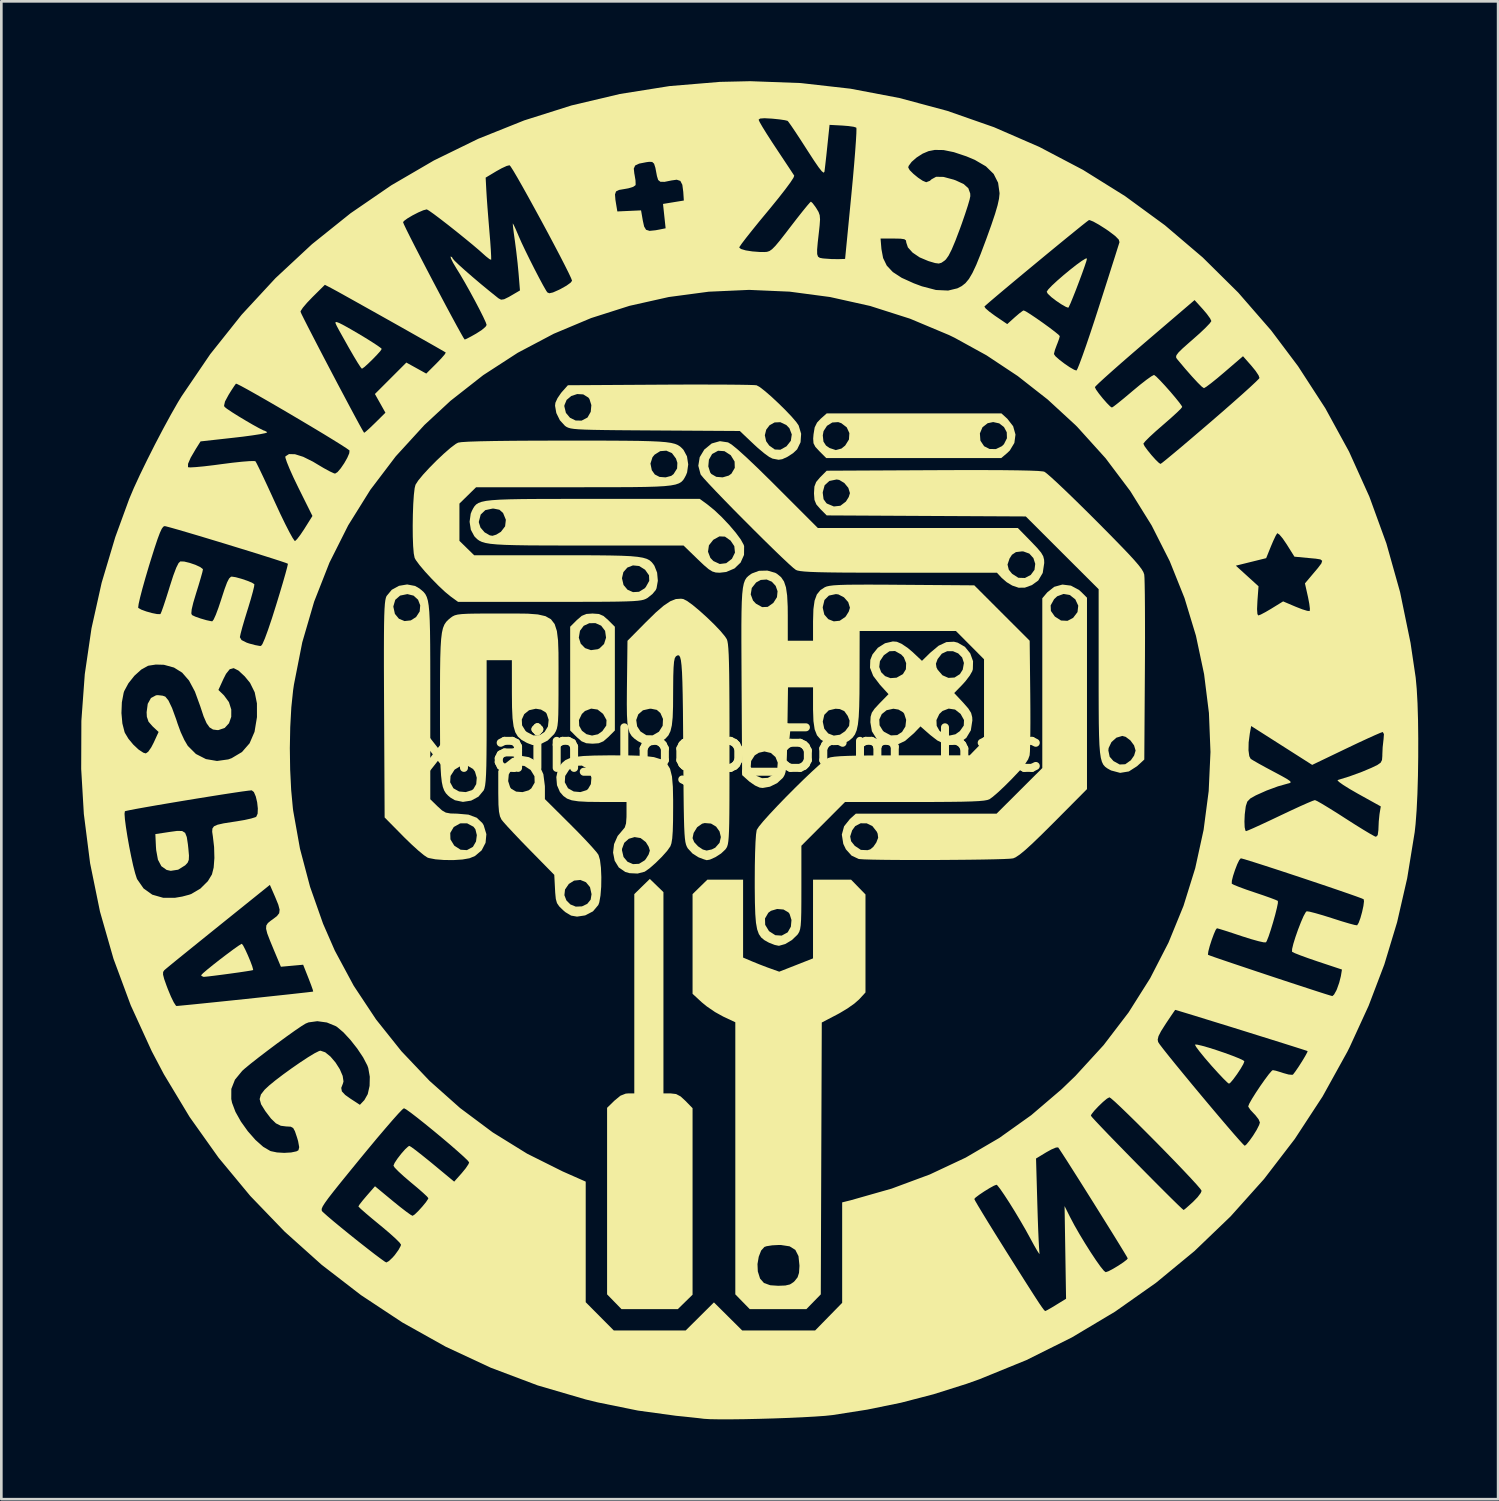
<source format=kicad_pcb>
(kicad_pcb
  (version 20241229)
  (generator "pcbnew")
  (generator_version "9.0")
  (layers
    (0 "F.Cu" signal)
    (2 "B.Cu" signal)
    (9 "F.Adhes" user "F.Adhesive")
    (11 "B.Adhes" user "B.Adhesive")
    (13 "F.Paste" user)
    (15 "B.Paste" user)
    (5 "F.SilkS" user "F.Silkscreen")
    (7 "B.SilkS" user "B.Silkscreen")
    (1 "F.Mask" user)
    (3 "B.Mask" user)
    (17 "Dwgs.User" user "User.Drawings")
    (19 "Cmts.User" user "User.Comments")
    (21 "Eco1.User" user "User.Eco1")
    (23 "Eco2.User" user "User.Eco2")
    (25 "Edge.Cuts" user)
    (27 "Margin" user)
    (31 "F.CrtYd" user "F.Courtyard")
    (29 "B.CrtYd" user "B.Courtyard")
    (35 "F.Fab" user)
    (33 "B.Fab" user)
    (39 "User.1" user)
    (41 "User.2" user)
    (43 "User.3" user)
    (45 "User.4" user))
  (footprint "xhain_logo_5cm_back"
    (layer "F.Cu")
    (at 25.084 25.107)
    (property "Reference" "xhain_logo_5cm_back" (at 0 0 0) (layer "F.SilkS") (effects (font (size 1.524 1.524) (thickness 0.3))))
    (attr board_only exclude_from_pos_files exclude_from_bom)
    (fp_poly (pts (xy -21.292 3.061) (xy -21.18 3.13) (xy -21.117 3.288) (xy -21.076 3.557) (xy -21.058 3.722) (xy -21.035 3.984) (xy -21.042 4.146) (xy -21.086 4.253) (xy -21.177 4.35) (xy -21.179 4.351) (xy -21.442 4.514) (xy -21.721 4.557) (xy -21.874 4.523) (xy -22.072 4.383) (xy -22.201 4.139) (xy -22.267 3.777) (xy -22.276 3.651) (xy -22.298 3.177) (xy -21.765 3.096) (xy -21.478 3.057)) (stroke (width 0) (type solid)) (fill yes) (layer "F.SilkS"))
    (fp_poly (pts (xy -3.211 5.357) (xy -3.211 12.919) (xy -2.934 12.919) (xy -2.736 12.942) (xy -2.567 13.031) (xy -2.387 13.196) (xy -2.117 13.473) (xy -2.117 20.48) (xy -2.393 20.75) (xy -2.67 21.021) (xy -4.788 21.021) (xy -5.058 20.744) (xy -5.328 20.467) (xy -5.328 13.46) (xy -5.051 13.189) (xy -4.826 13.004) (xy -4.627 12.926) (xy -4.54 12.919) (xy -4.306 12.919) (xy -4.306 5.431) (xy -4.015 5.146) (xy -3.723 4.861)) (stroke (width 0) (type solid)) (fill yes) (layer "F.SilkS"))
    (fp_poly (pts (xy 12.7 -18.445) (xy 12.676 -18.346) (xy 12.61 -18.148) (xy 12.516 -17.883) (xy 12.404 -17.582) (xy 12.287 -17.274) (xy 12.175 -16.992) (xy 12.082 -16.765) (xy 12.017 -16.626) (xy 11.997 -16.597) (xy 11.909 -16.628) (xy 11.74 -16.724) (xy 11.552 -16.849) (xy 11.357 -16.999) (xy 11.225 -17.126) (xy 11.187 -17.198) (xy 11.247 -17.287) (xy 11.388 -17.434) (xy 11.588 -17.619) (xy 11.823 -17.823) (xy 12.069 -18.026) (xy 12.303 -18.21) (xy 12.502 -18.354) (xy 12.642 -18.44) (xy 12.7 -18.449)) (stroke (width 0) (type solid)) (fill yes) (layer "F.SilkS"))
    (fp_poly (pts (xy 17.018 11.127) (xy 17.275 11.2) (xy 17.574 11.295) (xy 17.884 11.401) (xy 18.174 11.507) (xy 18.412 11.602) (xy 18.568 11.676) (xy 18.612 11.714) (xy 18.573 11.816) (xy 18.475 11.986) (xy 18.345 12.184) (xy 18.209 12.371) (xy 18.096 12.507) (xy 18.035 12.554) (xy 17.966 12.502) (xy 17.822 12.36) (xy 17.623 12.149) (xy 17.388 11.89) (xy 17.349 11.845) (xy 17.118 11.577) (xy 16.931 11.347) (xy 16.804 11.177) (xy 16.756 11.09) (xy 16.756 11.085) (xy 16.835 11.085)) (stroke (width 0) (type solid)) (fill yes) (layer "F.SilkS"))
    (fp_poly (pts (xy -19.001 7.36) (xy -18.92 7.516) (xy -18.824 7.726) (xy -18.731 7.948) (xy -18.659 8.141) (xy -18.625 8.264) (xy -18.627 8.285) (xy -18.704 8.302) (xy -18.891 8.332) (xy -19.156 8.372) (xy -19.465 8.415) (xy -19.784 8.458) (xy -20.08 8.496) (xy -20.318 8.525) (xy -20.465 8.539) (xy -20.486 8.54) (xy -20.569 8.504) (xy -20.571 8.471) (xy -20.506 8.402) (xy -20.351 8.269) (xy -20.134 8.093) (xy -19.882 7.895) (xy -19.622 7.697) (xy -19.382 7.518) (xy -19.189 7.381) (xy -19.07 7.306) (xy -19.049 7.299)) (stroke (width 0) (type solid)) (fill yes) (layer "F.SilkS"))
    (fp_poly (pts (xy -15.481 -16.057) (xy -15.387 -16.022) (xy -15.204 -15.928) (xy -14.96 -15.791) (xy -14.682 -15.629) (xy -14.401 -15.46) (xy -14.144 -15.299) (xy -13.94 -15.165) (xy -13.817 -15.075) (xy -13.795 -15.048) (xy -13.843 -14.973) (xy -13.967 -14.834) (xy -14.131 -14.664) (xy -14.303 -14.497) (xy -14.449 -14.366) (xy -14.534 -14.307) (xy -14.539 -14.306) (xy -14.59 -14.366) (xy -14.697 -14.53) (xy -14.844 -14.774) (xy -15.018 -15.074) (xy -15.048 -15.127) (xy -15.251 -15.489) (xy -15.393 -15.742) (xy -15.481 -15.907) (xy -15.525 -16.002) (xy -15.534 -16.045) (xy -15.516 -16.058)) (stroke (width 0) (type solid)) (fill yes) (layer "F.SilkS"))
    (fp_poly (pts (xy -5.638 -5.092) (xy -5.464 -5.018) (xy -5.284 -4.861) (xy -5.036 -4.613) (xy -5.036 -0.715) (xy -5.284 -0.467) (xy -5.468 -0.308) (xy -5.642 -0.236) (xy -5.876 -0.219) (xy -6.113 -0.237) (xy -6.287 -0.31) (xy -6.467 -0.467) (xy -6.715 -0.715) (xy -6.715 -1.107) (xy -6.385 -1.107) (xy -6.375 -0.89) (xy -6.273 -0.706) (xy -6.104 -0.577) (xy -5.894 -0.525) (xy -5.671 -0.573) (xy -5.507 -0.69) (xy -5.359 -0.9) (xy -5.35 -1.108) (xy -5.479 -1.34) (xy -5.479 -1.34) (xy -5.686 -1.502) (xy -5.926 -1.537) (xy -6.158 -1.448) (xy -6.276 -1.335) (xy -6.385 -1.107) (xy -6.715 -1.107) (xy -6.715 -4.201) (xy -6.39 -4.201) (xy -6.317 -3.975) (xy -6.155 -3.81) (xy -5.934 -3.733) (xy -5.681 -3.768) (xy -5.612 -3.8) (xy -5.442 -3.966) (xy -5.367 -4.202) (xy -5.402 -4.454) (xy -5.405 -4.461) (xy -5.551 -4.653) (xy -5.763 -4.748) (xy -5.996 -4.746) (xy -6.206 -4.648) (xy -6.346 -4.462) (xy -6.39 -4.201) (xy -6.715 -4.201) (xy -6.715 -4.613) (xy -6.467 -4.861) (xy -6.283 -5.02) (xy -6.109 -5.093) (xy -5.876 -5.109)) (stroke (width 0) (type solid)) (fill yes) (layer "F.SilkS"))
    (fp_poly (pts (xy 9.708 -12.426) (xy 9.926 -12.145) (xy 10.014 -11.832) (xy 9.972 -11.518) (xy 9.8 -11.232) (xy 9.701 -11.137) (xy 9.477 -10.948) (xy 2.905 -10.948) (xy 2.648 -11.206) (xy 2.496 -11.37) (xy 2.426 -11.506) (xy 2.414 -11.68) (xy 2.424 -11.801) (xy 2.775 -11.801) (xy 2.8 -11.569) (xy 2.896 -11.419) (xy 3.029 -11.327) (xy 3.264 -11.249) (xy 3.476 -11.306) (xy 3.616 -11.419) (xy 3.758 -11.647) (xy 3.773 -11.877) (xy 8.677 -11.877) (xy 8.695 -11.614) (xy 8.701 -11.596) (xy 8.836 -11.394) (xy 9.043 -11.289) (xy 9.28 -11.288) (xy 9.504 -11.396) (xy 9.58 -11.47) (xy 9.693 -11.694) (xy 9.686 -11.919) (xy 9.582 -12.114) (xy 9.404 -12.252) (xy 9.175 -12.302) (xy 8.968 -12.258) (xy 8.774 -12.106) (xy 8.677 -11.877) (xy 3.773 -11.877) (xy 3.774 -11.887) (xy 3.674 -12.104) (xy 3.47 -12.26) (xy 3.354 -12.3) (xy 3.131 -12.285) (xy 2.933 -12.161) (xy 2.804 -11.962) (xy 2.775 -11.801) (xy 2.424 -11.801) (xy 2.427 -11.84) (xy 2.47 -12.1) (xy 2.559 -12.281) (xy 2.692 -12.422) (xy 2.922 -12.627) (xy 9.486 -12.627)) (stroke (width 0) (type solid)) (fill yes) (layer "F.SilkS"))
    (fp_poly (pts (xy -0.219 7.815) (xy 0.104 7.953) (xy 0.381 8.066) (xy 0.688 8.184) (xy 0.783 8.218) (xy 1.139 8.345) (xy 1.774 8.096) (xy 2.408 7.846) (xy 2.408 6.368) (xy 2.409 4.89) (xy 3.839 4.89) (xy 4.109 5.167) (xy 4.379 5.444) (xy 4.379 9.126) (xy 4.14 9.387) (xy 3.962 9.543) (xy 3.7 9.728) (xy 3.403 9.906) (xy 3.319 9.951) (xy 2.737 10.255) (xy 2.718 15.362) (xy 2.7 20.468) (xy 2.43 20.744) (xy 2.16 21.021) (xy 0.03 21.021) (xy -0.241 20.744) (xy -0.511 20.467) (xy -0.511 19.329) (xy 0.322 19.329) (xy 0.334 19.601) (xy 0.335 19.608) (xy 0.419 19.875) (xy 0.566 20.041) (xy 0.802 20.125) (xy 1.098 20.145) (xy 1.366 20.135) (xy 1.54 20.095) (xy 1.672 20.01) (xy 1.719 19.966) (xy 1.828 19.827) (xy 1.882 19.661) (xy 1.898 19.411) (xy 1.898 19.378) (xy 1.862 19.03) (xy 1.744 18.797) (xy 1.529 18.663) (xy 1.202 18.613) (xy 1.13 18.612) (xy 0.876 18.625) (xy 0.665 18.658) (xy 0.582 18.686) (xy 0.459 18.822) (xy 0.369 19.053) (xy 0.322 19.329) (xy -0.511 19.329) (xy -0.511 10.245) (xy -0.967 10.031) (xy -1.273 9.862) (xy -1.584 9.649) (xy -1.77 9.497) (xy -2.117 9.177) (xy -2.117 5.431) (xy -1.563 4.89) (xy -0.219 4.89)) (stroke (width 0) (type solid)) (fill yes) (layer "F.SilkS"))
    (fp_poly (pts (xy 12.097 -6.157) (xy 12.4 -5.994) (xy 12.49 -5.914) (xy 12.7 -5.704) (xy 12.7 1.487) (xy 11.443 2.752) (xy 11.004 3.188) (xy 10.653 3.527) (xy 10.379 3.777) (xy 10.17 3.948) (xy 10.016 4.05) (xy 9.928 4.088) (xy 9.807 4.102) (xy 9.561 4.114) (xy 9.209 4.124) (xy 8.772 4.133) (xy 8.269 4.14) (xy 7.722 4.145) (xy 7.15 4.149) (xy 6.574 4.151) (xy 6.013 4.15) (xy 5.488 4.148) (xy 5.02 4.143) (xy 4.628 4.136) (xy 4.332 4.127) (xy 4.154 4.115) (xy 4.124 4.111) (xy 3.857 3.986) (xy 3.643 3.748) (xy 3.545 3.543) (xy 3.501 3.266) (xy 3.804 3.266) (xy 3.838 3.444) (xy 3.975 3.616) (xy 4.205 3.77) (xy 4.456 3.781) (xy 4.559 3.75) (xy 4.673 3.656) (xy 4.785 3.494) (xy 4.786 3.492) (xy 4.855 3.314) (xy 4.836 3.161) (xy 4.802 3.084) (xy 4.639 2.877) (xy 4.424 2.772) (xy 4.196 2.771) (xy 3.994 2.876) (xy 3.878 3.036) (xy 3.804 3.266) (xy 3.501 3.266) (xy 3.49 3.196) (xy 3.575 2.884) (xy 3.795 2.609) (xy 4.017 2.409) (xy 9.304 2.409) (xy 10.163 1.552) (xy 11.021 0.696) (xy 11.021 -5.415) (xy 11.335 -5.415) (xy 11.344 -5.206) (xy 11.492 -4.997) (xy 11.492 -4.996) (xy 11.724 -4.847) (xy 11.968 -4.835) (xy 12.178 -4.945) (xy 12.344 -5.163) (xy 12.372 -5.404) (xy 12.261 -5.642) (xy 12.053 -5.805) (xy 11.813 -5.844) (xy 11.582 -5.758) (xy 11.464 -5.647) (xy 11.335 -5.415) (xy 11.021 -5.415) (xy 11.021 -5.682) (xy 11.208 -5.904) (xy 11.469 -6.112) (xy 11.776 -6.197)) (stroke (width 0) (type solid)) (fill yes) (layer "F.SilkS"))
    (fp_poly (pts (xy -8.264 0.287) (xy -8.116 0.363) (xy -7.872 0.594) (xy -7.722 0.927) (xy -7.665 1.369) (xy -7.664 1.44) (xy -7.664 1.863) (xy -6.71 2.811) (xy -6.398 3.126) (xy -6.117 3.419) (xy -5.886 3.67) (xy -5.723 3.858) (xy -5.652 3.956) (xy -5.595 4.148) (xy -5.559 4.442) (xy -5.544 4.792) (xy -5.549 5.155) (xy -5.576 5.487) (xy -5.622 5.745) (xy -5.658 5.841) (xy -5.858 6.079) (xy -6.151 6.231) (xy -6.457 6.277) (xy -6.679 6.239) (xy -6.894 6.11) (xy -6.987 6.03) (xy -7.127 5.892) (xy -7.21 5.769) (xy -7.254 5.613) (xy -7.268 5.472) (xy -6.932 5.472) (xy -6.857 5.667) (xy -6.707 5.819) (xy -6.504 5.902) (xy -6.271 5.892) (xy -6.074 5.798) (xy -5.945 5.639) (xy -5.912 5.434) (xy -5.97 5.169) (xy -6.121 4.986) (xy -6.332 4.899) (xy -6.567 4.924) (xy -6.765 5.049) (xy -6.908 5.258) (xy -6.932 5.472) (xy -7.268 5.472) (xy -7.277 5.378) (xy -7.284 5.245) (xy -7.312 4.708) (xy -8.244 3.759) (xy -8.552 3.443) (xy -8.83 3.15) (xy -9.061 2.903) (xy -9.224 2.72) (xy -9.296 2.63) (xy -9.352 2.509) (xy -9.389 2.332) (xy -9.409 2.07) (xy -9.415 1.694) (xy -9.416 1.625) (xy -9.416 1.187) (xy -9.044 1.187) (xy -8.971 1.416) (xy -8.93 1.472) (xy -8.744 1.581) (xy -8.505 1.6) (xy -8.275 1.533) (xy -8.175 1.46) (xy -8.049 1.244) (xy -8.056 1.005) (xy -8.196 0.775) (xy -8.208 0.763) (xy -8.437 0.616) (xy -8.676 0.601) (xy -8.894 0.719) (xy -8.905 0.73) (xy -9.021 0.936) (xy -9.044 1.187) (xy -9.416 1.187) (xy -9.416 0.801) (xy -9.178 0.542) (xy -8.893 0.32) (xy -8.582 0.234)) (stroke (width 0) (type solid)) (fill yes) (layer "F.SilkS"))
    (fp_poly (pts (xy -1.375 -13.71) (xy -0.84 -13.708) (xy -0.39 -13.704) (xy -0.042 -13.698) (xy 0.19 -13.691) (xy 0.288 -13.683) (xy 0.412 -13.614) (xy 0.608 -13.461) (xy 0.852 -13.249) (xy 1.116 -13.002) (xy 1.376 -12.746) (xy 1.607 -12.503) (xy 1.781 -12.3) (xy 1.868 -12.174) (xy 1.962 -11.862) (xy 1.94 -11.543) (xy 1.812 -11.278) (xy 1.659 -11.133) (xy 1.455 -11) (xy 1.254 -10.907) (xy 1.115 -10.885) (xy 1.005 -10.906) (xy 0.888 -10.928) (xy 0.764 -10.99) (xy 0.569 -11.132) (xy 0.334 -11.33) (xy 0.189 -11.463) (xy -0.173 -11.806) (xy 0.598 -11.806) (xy 0.646 -11.583) (xy 0.763 -11.419) (xy 0.973 -11.271) (xy 1.181 -11.262) (xy 1.413 -11.391) (xy 1.413 -11.392) (xy 1.575 -11.598) (xy 1.61 -11.838) (xy 1.521 -12.07) (xy 1.408 -12.188) (xy 1.18 -12.297) (xy 0.963 -12.287) (xy 0.779 -12.185) (xy 0.65 -12.016) (xy 0.598 -11.806) (xy -0.173 -11.806) (xy -0.341 -11.966) (xy -3.523 -11.986) (xy -4.287 -11.991) (xy -4.92 -11.996) (xy -5.434 -12.002) (xy -5.842 -12.009) (xy -6.16 -12.018) (xy -6.399 -12.03) (xy -6.574 -12.045) (xy -6.698 -12.064) (xy -6.785 -12.089) (xy -6.849 -12.118) (xy -6.902 -12.154) (xy -6.91 -12.16) (xy -7.102 -12.37) (xy -7.235 -12.641) (xy -7.279 -12.892) (xy -6.934 -12.892) (xy -6.875 -12.647) (xy -6.722 -12.464) (xy -6.513 -12.361) (xy -6.285 -12.356) (xy -6.074 -12.466) (xy -6.058 -12.481) (xy -5.942 -12.687) (xy -5.919 -12.938) (xy -5.991 -13.168) (xy -6.033 -13.223) (xy -6.223 -13.341) (xy -6.451 -13.354) (xy -6.674 -13.28) (xy -6.848 -13.134) (xy -6.932 -12.932) (xy -6.934 -12.892) (xy -7.279 -12.892) (xy -7.283 -12.913) (xy -7.27 -13.026) (xy -7.191 -13.199) (xy -7.054 -13.399) (xy -7.011 -13.449) (xy -6.8 -13.685) (xy -3.345 -13.706) (xy -2.643 -13.71) (xy -1.981 -13.711)) (stroke (width 0) (type solid)) (fill yes) (layer "F.SilkS"))
    (fp_poly (pts (xy -5.854 -9.416) (xy -1.847 -9.416) (xy -1.562 -9.208) (xy -1.296 -8.992) (xy -1.014 -8.725) (xy -0.739 -8.434) (xy -0.495 -8.147) (xy -0.306 -7.891) (xy -0.196 -7.691) (xy -0.18 -7.638) (xy -0.184 -7.31) (xy -0.312 -7.023) (xy -0.542 -6.802) (xy -0.853 -6.67) (xy -1.096 -6.642) (xy -1.246 -6.65) (xy -1.375 -6.689) (xy -1.514 -6.776) (xy -1.695 -6.93) (xy -1.929 -7.153) (xy -2.216 -7.431) (xy -1.537 -7.431) (xy -1.448 -7.199) (xy -1.335 -7.081) (xy -1.095 -6.97) (xy -0.853 -7) (xy -0.639 -7.164) (xy -0.524 -7.397) (xy -0.549 -7.64) (xy -0.69 -7.85) (xy -0.9 -7.998) (xy -1.108 -8.007) (xy -1.34 -7.878) (xy -1.34 -7.877) (xy -1.502 -7.671) (xy -1.537 -7.431) (xy -2.216 -7.431) (xy -2.456 -7.664) (xy -6.084 -7.664) (xy -6.941 -7.664) (xy -7.664 -7.666) (xy -8.265 -7.669) (xy -8.758 -7.677) (xy -9.155 -7.688) (xy -9.468 -7.705) (xy -9.71 -7.728) (xy -9.893 -7.759) (xy -10.029 -7.798) (xy -10.131 -7.847) (xy -10.212 -7.906) (xy -10.283 -7.977) (xy -10.316 -8.013) (xy -10.446 -8.255) (xy -10.489 -8.529) (xy -10.145 -8.529) (xy -10.083 -8.337) (xy -9.929 -8.159) (xy -9.734 -8.046) (xy -9.634 -8.029) (xy -9.492 -8.072) (xy -9.321 -8.176) (xy -9.316 -8.18) (xy -9.159 -8.385) (xy -9.131 -8.632) (xy -9.236 -8.887) (xy -9.237 -8.888) (xy -9.373 -9.008) (xy -9.584 -9.05) (xy -9.634 -9.051) (xy -9.903 -8.993) (xy -10.076 -8.827) (xy -10.145 -8.562) (xy -10.145 -8.529) (xy -10.489 -8.529) (xy -10.493 -8.558) (xy -10.451 -8.858) (xy -10.408 -8.964) (xy -10.359 -9.059) (xy -10.309 -9.139) (xy -10.247 -9.206) (xy -10.162 -9.261) (xy -10.042 -9.305) (xy -9.874 -9.341) (xy -9.649 -9.367) (xy -9.354 -9.387) (xy -8.978 -9.4) (xy -8.508 -9.409) (xy -7.935 -9.413) (xy -7.246 -9.415) (xy -6.429 -9.416)) (stroke (width 0) (type solid)) (fill yes) (layer "F.SilkS"))
    (fp_poly (pts (xy -0.784 -11.538) (xy -0.647 -11.455) (xy -0.412 -11.263) (xy -0.083 -10.965) (xy 0.341 -10.562) (xy 0.858 -10.054) (xy 1.022 -9.89) (xy 2.59 -8.321) (xy 10.103 -8.321) (xy 10.599 -7.814) (xy 10.831 -7.571) (xy 10.977 -7.397) (xy 11.056 -7.26) (xy 11.089 -7.129) (xy 11.094 -7.008) (xy 11.037 -6.633) (xy 10.869 -6.349) (xy 10.63 -6.177) (xy 10.362 -6.08) (xy 10.13 -6.079) (xy 9.89 -6.161) (xy 9.682 -6.287) (xy 9.494 -6.45) (xy 9.317 -6.642) (xy 5.64 -6.642) (xy 4.788 -6.643) (xy 4.071 -6.645) (xy 3.475 -6.648) (xy 2.991 -6.654) (xy 2.606 -6.662) (xy 2.309 -6.673) (xy 2.088 -6.687) (xy 1.931 -6.704) (xy 1.826 -6.724) (xy 1.766 -6.747) (xy 1.665 -6.825) (xy 1.527 -6.949) (xy 9.715 -6.949) (xy 9.762 -6.756) (xy 9.887 -6.602) (xy 10.121 -6.452) (xy 10.369 -6.444) (xy 10.587 -6.558) (xy 10.728 -6.75) (xy 10.756 -6.975) (xy 10.687 -7.191) (xy 10.534 -7.36) (xy 10.312 -7.441) (xy 10.262 -7.444) (xy 10.031 -7.417) (xy 9.882 -7.317) (xy 9.791 -7.176) (xy 9.715 -6.949) (xy 1.527 -6.949) (xy 1.479 -6.992) (xy 1.222 -7.234) (xy 0.911 -7.534) (xy 0.561 -7.877) (xy 0.187 -8.248) (xy -0.195 -8.631) (xy -0.571 -9.01) (xy -0.923 -9.371) (xy -1.238 -9.698) (xy -1.5 -9.975) (xy -1.693 -10.186) (xy -1.802 -10.317) (xy -1.817 -10.341) (xy -1.895 -10.637) (xy -1.526 -10.637) (xy -1.454 -10.408) (xy -1.412 -10.352) (xy -1.226 -10.244) (xy -0.987 -10.224) (xy -0.757 -10.291) (xy -0.657 -10.364) (xy -0.531 -10.58) (xy -0.538 -10.819) (xy -0.678 -11.049) (xy -0.69 -11.061) (xy -0.919 -11.208) (xy -1.158 -11.224) (xy -1.376 -11.105) (xy -1.387 -11.094) (xy -1.503 -10.888) (xy -1.526 -10.637) (xy -1.895 -10.637) (xy -1.901 -10.659) (xy -1.849 -10.982) (xy -1.676 -11.269) (xy -1.397 -11.498) (xy -1.09 -11.584)) (stroke (width 0) (type solid)) (fill yes) (layer "F.SilkS"))
    (fp_poly (pts (xy -12.541 -6.145) (xy -12.38 -6.052) (xy -12.291 -5.981) (xy -12.215 -5.912) (xy -12.153 -5.833) (xy -12.102 -5.731) (xy -12.061 -5.594) (xy -12.03 -5.409) (xy -12.007 -5.165) (xy -11.991 -4.848) (xy -11.98 -4.446) (xy -11.974 -3.947) (xy -11.971 -3.339) (xy -11.97 -2.608) (xy -11.97 -1.807) (xy -11.97 1.868) (xy -11.693 2.138) (xy -11.528 2.288) (xy -11.387 2.369) (xy -11.213 2.402) (xy -10.96 2.409) (xy -10.536 2.446) (xy -10.225 2.562) (xy -10.013 2.763) (xy -9.964 2.844) (xy -9.863 3.179) (xy -9.893 3.503) (xy -10.04 3.787) (xy -10.291 4) (xy -10.497 4.085) (xy -10.762 4.131) (xy -11.097 4.153) (xy -11.452 4.15) (xy -11.778 4.124) (xy -12.025 4.076) (xy -12.08 4.056) (xy -12.212 3.967) (xy -12.419 3.796) (xy -12.672 3.566) (xy -12.947 3.3) (xy -12.992 3.254) (xy -13.109 3.135) (xy -11.22 3.135) (xy -11.213 3.374) (xy -11.073 3.604) (xy -11.061 3.616) (xy -10.832 3.764) (xy -10.593 3.779) (xy -10.375 3.66) (xy -10.364 3.649) (xy -10.252 3.454) (xy -10.221 3.215) (xy -10.275 2.996) (xy -10.346 2.901) (xy -10.587 2.772) (xy -10.846 2.774) (xy -11.082 2.907) (xy -11.094 2.92) (xy -11.22 3.135) (xy -13.109 3.135) (xy -13.685 2.552) (xy -13.705 -1.498) (xy -13.709 -2.383) (xy -13.712 -3.134) (xy -13.712 -3.762) (xy -13.71 -4.279) (xy -13.706 -4.697) (xy -13.699 -5.026) (xy -13.689 -5.279) (xy -13.683 -5.361) (xy -13.357 -5.361) (xy -13.299 -5.096) (xy -13.148 -4.913) (xy -12.937 -4.826) (xy -12.702 -4.851) (xy -12.504 -4.976) (xy -12.368 -5.186) (xy -12.348 -5.416) (xy -12.429 -5.627) (xy -12.597 -5.781) (xy -12.83 -5.839) (xy -13.103 -5.783) (xy -13.285 -5.625) (xy -13.356 -5.383) (xy -13.357 -5.361) (xy -13.683 -5.361) (xy -13.676 -5.468) (xy -13.659 -5.603) (xy -13.639 -5.697) (xy -13.615 -5.761) (xy -13.613 -5.765) (xy -13.417 -6.001) (xy -13.145 -6.15) (xy -12.839 -6.201)) (stroke (width 0) (type solid)) (fill yes) (layer "F.SilkS"))
    (fp_poly (pts (xy -4.449 0.222) (xy -3.951 0.239) (xy -3.569 0.285) (xy -3.287 0.372) (xy -3.09 0.513) (xy -2.963 0.723) (xy -2.89 1.014) (xy -2.857 1.4) (xy -2.847 1.894) (xy -2.847 2.175) (xy -2.85 2.684) (xy -2.861 3.066) (xy -2.881 3.341) (xy -2.912 3.526) (xy -2.95 3.635) (xy -3.073 3.809) (xy -3.271 4.031) (xy -3.504 4.261) (xy -3.731 4.46) (xy -3.91 4.586) (xy -3.918 4.59) (xy -4.181 4.659) (xy -4.483 4.645) (xy -4.643 4.6) (xy -4.889 4.43) (xy -5.043 4.177) (xy -5.103 3.874) (xy -5.093 3.783) (xy -4.769 3.783) (xy -4.71 4.037) (xy -4.56 4.216) (xy -4.354 4.305) (xy -4.128 4.293) (xy -3.918 4.165) (xy -3.874 4.114) (xy -3.768 3.944) (xy -3.722 3.799) (xy -3.722 3.795) (xy -3.766 3.652) (xy -3.87 3.482) (xy -3.874 3.477) (xy -4.069 3.326) (xy -4.295 3.289) (xy -4.513 3.353) (xy -4.683 3.504) (xy -4.766 3.729) (xy -4.769 3.783) (xy -5.093 3.783) (xy -5.066 3.553) (xy -4.931 3.247) (xy -4.752 3.036) (xy -4.663 2.927) (xy -4.616 2.775) (xy -4.599 2.537) (xy -4.598 2.434) (xy -4.598 1.971) (xy -5.602 1.97) (xy -6.064 1.965) (xy -6.406 1.946) (xy -6.654 1.908) (xy -6.833 1.843) (xy -6.969 1.746) (xy -7.089 1.609) (xy -7.1 1.595) (xy -7.21 1.341) (xy -7.219 1.231) (xy -6.917 1.231) (xy -6.799 1.449) (xy -6.788 1.46) (xy -6.582 1.576) (xy -6.331 1.599) (xy -6.101 1.527) (xy -6.046 1.485) (xy -5.937 1.299) (xy -5.917 1.06) (xy -5.985 0.83) (xy -6.058 0.73) (xy -6.274 0.604) (xy -6.513 0.611) (xy -6.743 0.751) (xy -6.755 0.763) (xy -6.902 0.992) (xy -6.917 1.231) (xy -7.219 1.231) (xy -7.235 1.034) (xy -7.173 0.741) (xy -7.117 0.631) (xy -7.016 0.5) (xy -6.895 0.399) (xy -6.733 0.326) (xy -6.512 0.275) (xy -6.211 0.243) (xy -5.81 0.226) (xy -5.29 0.219) (xy -5.078 0.219)) (stroke (width 0) (type solid)) (fill yes) (layer "F.SilkS"))
    (fp_poly (pts (xy 9.508 -10.495) (xy 10.093 -10.488) (xy 10.542 -10.478) (xy 10.86 -10.465) (xy 11.048 -10.447) (xy 11.098 -10.436) (xy 11.194 -10.366) (xy 11.378 -10.206) (xy 11.638 -9.966) (xy 11.959 -9.661) (xy 12.329 -9.302) (xy 12.735 -8.902) (xy 13.047 -8.591) (xy 13.535 -8.099) (xy 13.928 -7.697) (xy 14.237 -7.376) (xy 14.47 -7.123) (xy 14.638 -6.928) (xy 14.751 -6.779) (xy 14.818 -6.666) (xy 14.849 -6.578) (xy 14.851 -6.569) (xy 14.86 -6.445) (xy 14.867 -6.19) (xy 14.873 -5.822) (xy 14.877 -5.355) (xy 14.879 -4.806) (xy 14.88 -4.191) (xy 14.878 -3.526) (xy 14.875 -2.969) (xy 14.853 0.376) (xy 14.581 0.626) (xy 14.274 0.823) (xy 13.946 0.877) (xy 13.608 0.787) (xy 13.559 0.762) (xy 13.461 0.706) (xy 13.38 0.646) (xy 13.313 0.569) (xy 13.261 0.462) (xy 13.22 0.31) (xy 13.189 0.102) (xy 13.184 0.036) (xy 13.503 0.036) (xy 13.552 0.271) (xy 13.695 0.433) (xy 13.927 0.562) (xy 14.136 0.553) (xy 14.345 0.405) (xy 14.346 0.405) (xy 14.47 0.227) (xy 14.525 0.043) (xy 14.525 0.036) (xy 14.469 -0.155) (xy 14.33 -0.343) (xy 14.154 -0.476) (xy 14.027 -0.511) (xy 13.804 -0.445) (xy 13.619 -0.279) (xy 13.513 -0.056) (xy 13.503 0.036) (xy 13.184 0.036) (xy 13.167 -0.176) (xy 13.153 -0.537) (xy 13.144 -0.994) (xy 13.14 -1.561) (xy 13.138 -2.249) (xy 13.138 -2.898) (xy 13.138 -6.023) (xy 11.769 -7.389) (xy 10.401 -8.756) (xy 6.662 -8.775) (xy 2.922 -8.795) (xy 2.684 -9.034) (xy 2.533 -9.207) (xy 2.463 -9.376) (xy 2.445 -9.612) (xy 2.445 -9.634) (xy 2.774 -9.634) (xy 2.804 -9.404) (xy 2.908 -9.258) (xy 2.936 -9.237) (xy 3.191 -9.131) (xy 3.437 -9.158) (xy 3.643 -9.315) (xy 3.644 -9.316) (xy 3.75 -9.486) (xy 3.795 -9.631) (xy 3.795 -9.634) (xy 3.734 -9.831) (xy 3.584 -10.012) (xy 3.393 -10.128) (xy 3.295 -10.145) (xy 3.021 -10.089) (xy 2.844 -9.926) (xy 2.774 -9.668) (xy 2.774 -9.634) (xy 2.445 -9.634) (xy 2.46 -9.878) (xy 2.525 -10.049) (xy 2.669 -10.22) (xy 2.684 -10.235) (xy 2.922 -10.474) (xy 6.916 -10.494) (xy 7.922 -10.498) (xy 8.785 -10.498)) (stroke (width 0) (type solid)) (fill yes) (layer "F.SilkS"))
    (fp_poly (pts (xy -8.309 -5.104) (xy -7.929 -5.075) (xy -7.643 -5.01) (xy -7.437 -4.894) (xy -7.298 -4.713) (xy -7.214 -4.452) (xy -7.17 -4.097) (xy -7.154 -3.633) (xy -7.152 -3.047) (xy -7.153 -2.642) (xy -7.153 -2.08) (xy -7.156 -1.644) (xy -7.161 -1.315) (xy -7.172 -1.075) (xy -7.19 -0.904) (xy -7.215 -0.782) (xy -7.251 -0.691) (xy -7.297 -0.61) (xy -7.319 -0.576) (xy -7.56 -0.338) (xy -7.782 -0.225) (xy -7.986 -0.166) (xy -8.142 -0.171) (xy -8.329 -0.245) (xy -8.363 -0.262) (xy -8.543 -0.364) (xy -8.678 -0.485) (xy -8.776 -0.647) (xy -8.841 -0.87) (xy -8.874 -1.128) (xy -8.532 -1.128) (xy -8.521 -0.908) (xy -8.394 -0.703) (xy -8.347 -0.662) (xy -8.095 -0.53) (xy -7.858 -0.543) (xy -7.678 -0.66) (xy -7.55 -0.866) (xy -7.523 -1.116) (xy -7.598 -1.346) (xy -7.639 -1.399) (xy -7.811 -1.501) (xy -8.004 -1.533) (xy -8.259 -1.476) (xy -8.44 -1.33) (xy -8.532 -1.128) (xy -8.874 -1.128) (xy -8.88 -1.175) (xy -8.899 -1.583) (xy -8.904 -2.115) (xy -8.904 -2.135) (xy -8.905 -3.357) (xy -9.853 -3.357) (xy -9.853 -1.018) (xy -9.854 -0.35) (xy -9.858 0.189) (xy -9.864 0.612) (xy -9.875 0.935) (xy -9.89 1.174) (xy -9.91 1.345) (xy -9.935 1.462) (xy -9.964 1.535) (xy -10.161 1.772) (xy -10.435 1.919) (xy -10.744 1.967) (xy -11.044 1.905) (xy -11.203 1.812) (xy -11.301 1.731) (xy -11.382 1.645) (xy -11.447 1.541) (xy -11.498 1.405) (xy -11.535 1.231) (xy -11.224 1.231) (xy -11.105 1.449) (xy -11.094 1.46) (xy -10.888 1.576) (xy -10.637 1.599) (xy -10.408 1.527) (xy -10.352 1.485) (xy -10.244 1.299) (xy -10.224 1.06) (xy -10.291 0.83) (xy -10.364 0.73) (xy -10.58 0.604) (xy -10.819 0.611) (xy -11.049 0.751) (xy -11.061 0.763) (xy -11.208 0.992) (xy -11.224 1.231) (xy -11.535 1.231) (xy -11.537 1.221) (xy -11.565 0.976) (xy -11.584 0.656) (xy -11.596 0.245) (xy -11.602 -0.27) (xy -11.605 -0.905) (xy -11.605 -1.569) (xy -11.605 -2.32) (xy -11.602 -2.938) (xy -11.595 -3.44) (xy -11.582 -3.839) (xy -11.562 -4.149) (xy -11.533 -4.386) (xy -11.493 -4.562) (xy -11.44 -4.694) (xy -11.373 -4.795) (xy -11.29 -4.879) (xy -11.203 -4.951) (xy -11.13 -5.003) (xy -11.049 -5.042) (xy -10.939 -5.07) (xy -10.778 -5.089) (xy -10.548 -5.101) (xy -10.228 -5.107) (xy -9.796 -5.109) (xy -9.402 -5.109) (xy -8.796 -5.11)) (stroke (width 0) (type solid)) (fill yes) (layer "F.SilkS"))
    (fp_poly (pts (xy 5.559 -4.048) (xy 5.734 -3.972) (xy 5.957 -3.823) (xy 6.146 -3.665) (xy 6.501 -3.332) (xy 6.809 -3.634) (xy 7.127 -3.9) (xy 7.418 -4.036) (xy 7.702 -4.05) (xy 7.843 -4.015) (xy 8.115 -3.858) (xy 8.314 -3.612) (xy 8.42 -3.318) (xy 8.412 -3.016) (xy 8.39 -2.943) (xy 8.295 -2.776) (xy 8.135 -2.566) (xy 8.012 -2.43) (xy 7.712 -2.122) (xy 8.053 -1.758) (xy 8.242 -1.542) (xy 8.346 -1.377) (xy 8.388 -1.216) (xy 8.394 -1.094) (xy 8.336 -0.72) (xy 8.165 -0.435) (xy 7.915 -0.259) (xy 7.635 -0.173) (xy 7.363 -0.198) (xy 7.073 -0.343) (xy 6.815 -0.544) (xy 6.444 -0.868) (xy 6.196 -0.61) (xy 5.867 -0.324) (xy 5.556 -0.176) (xy 5.252 -0.163) (xy 5.073 -0.216) (xy 4.795 -0.404) (xy 4.62 -0.686) (xy 4.562 -1.025) (xy 4.567 -1.128) (xy 4.898 -1.128) (xy 4.909 -0.908) (xy 5.036 -0.703) (xy 5.083 -0.662) (xy 5.335 -0.53) (xy 5.572 -0.543) (xy 5.752 -0.66) (xy 5.879 -0.866) (xy 5.906 -1.107) (xy 7.045 -1.107) (xy 7.054 -0.89) (xy 7.157 -0.706) (xy 7.326 -0.577) (xy 7.536 -0.525) (xy 7.759 -0.573) (xy 7.923 -0.69) (xy 8.071 -0.9) (xy 8.08 -1.108) (xy 7.951 -1.34) (xy 7.95 -1.34) (xy 7.744 -1.502) (xy 7.504 -1.537) (xy 7.272 -1.448) (xy 7.154 -1.335) (xy 7.045 -1.107) (xy 5.906 -1.107) (xy 5.907 -1.116) (xy 5.832 -1.346) (xy 5.791 -1.399) (xy 5.619 -1.501) (xy 5.426 -1.533) (xy 5.171 -1.476) (xy 4.99 -1.33) (xy 4.898 -1.128) (xy 4.567 -1.128) (xy 4.571 -1.229) (xy 4.616 -1.382) (xy 4.721 -1.535) (xy 4.903 -1.731) (xy 5.244 -2.08) (xy 4.924 -2.431) (xy 4.669 -2.766) (xy 4.549 -3.072) (xy 4.55 -3.101) (xy 4.896 -3.101) (xy 4.968 -2.905) (xy 5.116 -2.758) (xy 5.317 -2.682) (xy 5.547 -2.699) (xy 5.784 -2.832) (xy 5.784 -2.832) (xy 5.897 -3.015) (xy 5.906 -3.224) (xy 7.025 -3.224) (xy 7.046 -3.085) (xy 7.09 -2.998) (xy 7.271 -2.789) (xy 7.495 -2.691) (xy 7.725 -2.705) (xy 7.924 -2.831) (xy 8.032 -3.001) (xy 8.077 -3.251) (xy 8.01 -3.459) (xy 7.862 -3.611) (xy 7.665 -3.694) (xy 7.45 -3.695) (xy 7.247 -3.601) (xy 7.089 -3.399) (xy 7.088 -3.396) (xy 7.025 -3.224) (xy 5.906 -3.224) (xy 5.907 -3.243) (xy 5.82 -3.464) (xy 5.72 -3.571) (xy 5.488 -3.701) (xy 5.279 -3.692) (xy 5.07 -3.543) (xy 5.069 -3.543) (xy 4.922 -3.321) (xy 4.896 -3.101) (xy 4.55 -3.101) (xy 4.56 -3.367) (xy 4.642 -3.573) (xy 4.843 -3.822) (xy 5.114 -3.993) (xy 5.409 -4.061)) (stroke (width 0) (type solid)) (fill yes) (layer "F.SilkS"))
    (fp_poly (pts (xy -2.463 -5.653) (xy -2.322 -5.581) (xy -2.109 -5.426) (xy -1.852 -5.212) (xy -1.576 -4.963) (xy -1.308 -4.704) (xy -1.074 -4.459) (xy -0.902 -4.253) (xy -0.832 -4.147) (xy -0.809 -4.079) (xy -0.789 -3.965) (xy -0.773 -3.796) (xy -0.759 -3.558) (xy -0.749 -3.242) (xy -0.741 -2.835) (xy -0.736 -2.326) (xy -0.732 -1.703) (xy -0.73 -0.956) (xy -0.73 -0.196) (xy -0.73 0.64) (xy -0.731 1.342) (xy -0.732 1.923) (xy -0.735 2.395) (xy -0.74 2.77) (xy -0.748 3.062) (xy -0.759 3.282) (xy -0.773 3.442) (xy -0.791 3.556) (xy -0.814 3.636) (xy -0.841 3.693) (xy -0.874 3.74) (xy -0.888 3.758) (xy -1.046 3.906) (xy -1.257 4.042) (xy -1.464 4.135) (xy -1.585 4.157) (xy -1.684 4.128) (xy -1.858 4.063) (xy -1.901 4.045) (xy -2.118 3.907) (xy -2.293 3.717) (xy -2.303 3.702) (xy -2.336 3.641) (xy -2.364 3.568) (xy -2.387 3.471) (xy -2.405 3.335) (xy -2.406 3.328) (xy -2.117 3.328) (xy -2.057 3.477) (xy -1.912 3.635) (xy -1.732 3.756) (xy -1.589 3.795) (xy -1.394 3.753) (xy -1.265 3.688) (xy -1.103 3.504) (xy -1.054 3.289) (xy -1.104 3.076) (xy -1.233 2.896) (xy -1.424 2.781) (xy -1.661 2.762) (xy -1.76 2.787) (xy -1.945 2.919) (xy -2.077 3.134) (xy -2.117 3.328) (xy -2.406 3.328) (xy -2.42 3.148) (xy -2.432 2.897) (xy -2.441 2.568) (xy -2.449 2.149) (xy -2.455 1.626) (xy -2.46 0.986) (xy -2.466 0.215) (xy -2.467 0.04) (xy -2.473 -0.796) (xy -2.479 -1.496) (xy -2.488 -2.072) (xy -2.499 -2.535) (xy -2.513 -2.896) (xy -2.532 -3.164) (xy -2.555 -3.353) (xy -2.585 -3.471) (xy -2.622 -3.531) (xy -2.666 -3.542) (xy -2.719 -3.517) (xy -2.747 -3.495) (xy -2.785 -3.43) (xy -2.813 -3.296) (xy -2.831 -3.076) (xy -2.842 -2.75) (xy -2.846 -2.301) (xy -2.847 -2.141) (xy -2.85 -1.613) (xy -2.864 -1.211) (xy -2.895 -0.91) (xy -2.947 -0.691) (xy -3.025 -0.531) (xy -3.136 -0.408) (xy -3.285 -0.302) (xy -3.306 -0.289) (xy -3.609 -0.165) (xy -3.899 -0.18) (xy -4.167 -0.312) (xy -4.3 -0.408) (xy -4.403 -0.506) (xy -4.479 -0.625) (xy -4.532 -0.785) (xy -4.565 -1.005) (xy -4.571 -1.109) (xy -4.233 -1.109) (xy -4.199 -0.872) (xy -4.075 -0.68) (xy -3.856 -0.538) (xy -3.616 -0.533) (xy -3.384 -0.666) (xy -3.38 -0.67) (xy -3.24 -0.892) (xy -3.228 -1.149) (xy -3.325 -1.371) (xy -3.461 -1.49) (xy -3.672 -1.532) (xy -3.722 -1.533) (xy -3.981 -1.474) (xy -4.156 -1.322) (xy -4.233 -1.109) (xy -4.571 -1.109) (xy -4.582 -1.305) (xy -4.587 -1.704) (xy -4.584 -2.222) (xy -4.581 -2.462) (xy -4.562 -4.085) (xy -3.868 -4.787) (xy -3.499 -5.148) (xy -3.201 -5.405) (xy -2.956 -5.569) (xy -2.745 -5.653) (xy -2.55 -5.666)) (stroke (width 0) (type solid)) (fill yes) (layer "F.SilkS"))
    (fp_poly (pts (xy -6.011 -11.605) (xy -5.265 -11.604) (xy -4.641 -11.6) (xy -4.127 -11.594) (xy -3.71 -11.583) (xy -3.379 -11.568) (xy -3.122 -11.547) (xy -2.926 -11.519) (xy -2.779 -11.483) (xy -2.67 -11.438) (xy -2.586 -11.384) (xy -2.515 -11.319) (xy -2.457 -11.256) (xy -2.327 -11.014) (xy -2.28 -10.711) (xy -2.322 -10.411) (xy -2.365 -10.304) (xy -2.417 -10.207) (xy -2.469 -10.124) (xy -2.536 -10.056) (xy -2.627 -10) (xy -2.757 -9.955) (xy -2.935 -9.921) (xy -3.176 -9.895) (xy -3.49 -9.877) (xy -3.89 -9.865) (xy -4.388 -9.858) (xy -4.996 -9.855) (xy -5.726 -9.854) (xy -6.581 -9.853) (xy -10.249 -9.853) (xy -10.875 -9.239) (xy -10.875 -7.839) (xy -10.599 -7.569) (xy -10.322 -7.299) (xy -7.239 -7.299) (xy -6.442 -7.298) (xy -5.778 -7.296) (xy -5.233 -7.29) (xy -4.794 -7.28) (xy -4.449 -7.264) (xy -4.183 -7.239) (xy -3.984 -7.206) (xy -3.838 -7.163) (xy -3.731 -7.108) (xy -3.652 -7.039) (xy -3.586 -6.956) (xy -3.55 -6.903) (xy -3.449 -6.646) (xy -3.421 -6.34) (xy -3.47 -6.06) (xy -3.5 -5.992) (xy -3.621 -5.845) (xy -3.8 -5.701) (xy -3.818 -5.689) (xy -3.878 -5.657) (xy -3.949 -5.629) (xy -4.044 -5.607) (xy -4.176 -5.589) (xy -4.358 -5.575) (xy -4.603 -5.565) (xy -4.925 -5.557) (xy -5.337 -5.552) (xy -5.852 -5.549) (xy -6.482 -5.548) (xy -7.241 -5.547) (xy -7.489 -5.547) (xy -10.926 -5.547) (xy -11.211 -5.754) (xy -11.415 -5.922) (xy -11.66 -6.152) (xy -11.918 -6.415) (xy -11.937 -6.435) (xy -4.769 -6.435) (xy -4.71 -6.181) (xy -4.56 -6.003) (xy -4.354 -5.913) (xy -4.128 -5.926) (xy -3.918 -6.054) (xy -3.874 -6.104) (xy -3.744 -6.337) (xy -3.753 -6.545) (xy -3.901 -6.755) (xy -3.902 -6.755) (xy -4.123 -6.894) (xy -4.356 -6.917) (xy -4.566 -6.836) (xy -4.716 -6.665) (xy -4.769 -6.435) (xy -11.937 -6.435) (xy -12.165 -6.682) (xy -12.372 -6.927) (xy -12.514 -7.119) (xy -12.558 -7.2) (xy -12.591 -7.367) (xy -12.614 -7.646) (xy -12.627 -8.003) (xy -12.63 -8.406) (xy -12.624 -8.822) (xy -12.61 -9.218) (xy -12.587 -9.562) (xy -12.557 -9.82) (xy -12.525 -9.947) (xy -12.424 -10.104) (xy -12.241 -10.326) (xy -12 -10.587) (xy -11.847 -10.742) (xy -3.699 -10.742) (xy -3.648 -10.493) (xy -3.535 -10.333) (xy -3.357 -10.241) (xy -3.129 -10.224) (xy -2.919 -10.28) (xy -2.832 -10.346) (xy -2.698 -10.558) (xy -2.688 -10.771) (xy -2.74 -10.931) (xy -2.891 -11.134) (xy -3.102 -11.227) (xy -3.333 -11.209) (xy -3.544 -11.077) (xy -3.623 -10.98) (xy -3.699 -10.742) (xy -11.847 -10.742) (xy -11.731 -10.859) (xy -11.458 -11.116) (xy -11.21 -11.332) (xy -11.013 -11.481) (xy -10.925 -11.528) (xy -10.797 -11.548) (xy -10.525 -11.565) (xy -10.113 -11.579) (xy -9.563 -11.59) (xy -8.878 -11.598) (xy -8.06 -11.603) (xy -7.112 -11.605) (xy -6.89 -11.605)) (stroke (width 0) (type solid)) (fill yes) (layer "F.SilkS"))
    (fp_poly (pts (xy 0.987 -6.639) (xy 1.056 -6.6) (xy 1.208 -6.475) (xy 1.318 -6.313) (xy 1.392 -6.091) (xy 1.436 -5.786) (xy 1.457 -5.374) (xy 1.46 -5.039) (xy 1.46 -4.087) (xy 2.409 -4.087) (xy 2.409 -4.821) (xy 2.422 -5.266) (xy 2.429 -5.321) (xy 2.774 -5.321) (xy 2.832 -5.07) (xy 2.982 -4.897) (xy 3.188 -4.815) (xy 3.412 -4.838) (xy 3.617 -4.978) (xy 3.644 -5.01) (xy 3.75 -5.18) (xy 3.795 -5.325) (xy 3.795 -5.328) (xy 3.731 -5.536) (xy 3.571 -5.717) (xy 3.362 -5.826) (xy 3.267 -5.839) (xy 3.004 -5.783) (xy 2.838 -5.618) (xy 2.774 -5.351) (xy 2.774 -5.321) (xy 2.429 -5.321) (xy 2.467 -5.592) (xy 2.552 -5.825) (xy 2.687 -5.99) (xy 2.849 -6.096) (xy 2.923 -6.126) (xy 3.029 -6.149) (xy 3.18 -6.168) (xy 3.391 -6.181) (xy 3.677 -6.19) (xy 4.052 -6.194) (xy 4.531 -6.195) (xy 5.129 -6.193) (xy 5.767 -6.188) (xy 8.466 -6.168) (xy 10.547 -4.087) (xy 10.569 -2.062) (xy 10.573 -1.519) (xy 10.574 -1.013) (xy 10.571 -0.564) (xy 10.565 -0.196) (xy 10.557 0.071) (xy 10.545 0.214) (xy 10.545 0.217) (xy 10.489 0.37) (xy 10.365 0.561) (xy 10.157 0.809) (xy 9.865 1.117) (xy 9.603 1.378) (xy 9.359 1.607) (xy 9.16 1.778) (xy 9.036 1.868) (xy 8.956 1.896) (xy 8.826 1.919) (xy 8.633 1.937) (xy 8.363 1.95) (xy 8.001 1.96) (xy 7.535 1.966) (xy 6.95 1.97) (xy 6.233 1.971) (xy 3.611 1.971) (xy 1.971 3.615) (xy 1.971 5.192) (xy 1.97 5.713) (xy 1.967 6.109) (xy 1.959 6.4) (xy 1.945 6.606) (xy 1.923 6.748) (xy 1.891 6.847) (xy 1.848 6.922) (xy 1.818 6.962) (xy 1.613 7.158) (xy 1.367 7.306) (xy 1.137 7.371) (xy 1.117 7.372) (xy 0.967 7.34) (xy 0.767 7.262) (xy 0.73 7.244) (xy 0.58 7.16) (xy 0.462 7.062) (xy 0.373 6.932) (xy 0.309 6.754) (xy 0.265 6.508) (xy 0.252 6.347) (xy 0.604 6.347) (xy 0.611 6.585) (xy 0.751 6.816) (xy 0.763 6.828) (xy 0.992 6.975) (xy 1.231 6.99) (xy 1.449 6.872) (xy 1.46 6.861) (xy 1.576 6.655) (xy 1.599 6.404) (xy 1.527 6.174) (xy 1.485 6.119) (xy 1.299 6.01) (xy 1.06 5.99) (xy 0.83 6.058) (xy 0.73 6.131) (xy 0.604 6.347) (xy 0.252 6.347) (xy 0.239 6.178) (xy 0.225 5.745) (xy 0.219 5.192) (xy 0.219 4.913) (xy 0.222 4.362) (xy 0.232 3.879) (xy 0.247 3.484) (xy 0.267 3.195) (xy 0.291 3.031) (xy 0.296 3.016) (xy 0.374 2.895) (xy 0.54 2.693) (xy 0.777 2.429) (xy 1.065 2.122) (xy 1.386 1.79) (xy 1.722 1.452) (xy 2.053 1.127) (xy 2.362 0.833) (xy 2.63 0.588) (xy 2.838 0.412) (xy 2.969 0.322) (xy 2.972 0.321) (xy 3.066 0.292) (xy 3.214 0.269) (xy 3.429 0.251) (xy 3.724 0.238) (xy 4.115 0.228) (xy 4.613 0.222) (xy 5.234 0.22) (xy 5.749 0.219) (xy 8.291 0.219) (xy 8.561 -0.058) (xy 8.832 -0.335) (xy 8.832 -3.391) (xy 7.777 -4.452) (xy 4.16 -4.452) (xy 4.156 -2.719) (xy 4.153 -2.099) (xy 4.143 -1.607) (xy 4.125 -1.226) (xy 4.094 -0.938) (xy 4.048 -0.724) (xy 3.983 -0.566) (xy 3.897 -0.448) (xy 3.786 -0.352) (xy 3.73 -0.313) (xy 3.44 -0.173) (xy 3.155 -0.165) (xy 2.891 -0.257) (xy 2.694 -0.376) (xy 2.557 -0.534) (xy 2.47 -0.756) (xy 2.427 -1.047) (xy 2.774 -1.047) (xy 2.831 -0.782) (xy 2.981 -0.603) (xy 3.189 -0.523) (xy 3.421 -0.557) (xy 3.616 -0.69) (xy 3.764 -0.889) (xy 3.781 -1.086) (xy 3.711 -1.264) (xy 3.583 -1.443) (xy 3.414 -1.52) (xy 3.254 -1.532) (xy 2.999 -1.472) (xy 2.832 -1.304) (xy 2.774 -1.047) (xy 2.427 -1.047) (xy 2.424 -1.068) (xy 2.409 -1.495) (xy 2.409 -1.562) (xy 2.409 -2.336) (xy 1.468 -2.336) (xy 1.445 -0.735) (xy 1.437 -0.208) (xy 1.428 0.193) (xy 1.416 0.489) (xy 1.399 0.701) (xy 1.375 0.848) (xy 1.342 0.952) (xy 1.297 1.032) (xy 1.269 1.071) (xy 1.06 1.263) (xy 0.789 1.396) (xy 0.517 1.444) (xy 0.404 1.43) (xy 0.231 1.352) (xy 0.031 1.215) (xy -0.019 1.172) (xy -0.255 0.961) (xy -0.257 0.648) (xy 0.068 0.648) (xy 0.147 0.844) (xy 0.297 0.995) (xy 0.494 1.076) (xy 0.712 1.064) (xy 0.926 0.936) (xy 1.064 0.723) (xy 1.083 0.493) (xy 0.998 0.282) (xy 0.823 0.129) (xy 0.584 0.073) (xy 0.37 0.122) (xy 0.219 0.219) (xy 0.084 0.431) (xy 0.068 0.648) (xy -0.257 0.648) (xy -0.276 -2.548) (xy -0.28 -3.389) (xy -0.283 -4.096) (xy -0.283 -4.683) (xy -0.278 -5.16) (xy -0.268 -5.542) (xy -0.252 -5.828) (xy 0.068 -5.828) (xy 0.154 -5.597) (xy 0.265 -5.479) (xy 0.497 -5.35) (xy 0.706 -5.359) (xy 0.916 -5.507) (xy 0.916 -5.507) (xy 1.054 -5.723) (xy 1.076 -5.946) (xy 1.005 -6.148) (xy 0.861 -6.304) (xy 0.667 -6.387) (xy 0.445 -6.371) (xy 0.271 -6.276) (xy 0.107 -6.068) (xy 0.068 -5.828) (xy -0.252 -5.828) (xy -0.251 -5.841) (xy -0.226 -6.068) (xy -0.192 -6.237) (xy -0.148 -6.36) (xy -0.092 -6.45) (xy -0.023 -6.519) (xy 0.059 -6.579) (xy 0.113 -6.615) (xy 0.381 -6.714) (xy 0.695 -6.722)) (stroke (width 0) (type solid)) (fill yes) (layer "F.SilkS"))
    (fp_poly (pts (xy 1.945 -25.037) (xy 3.815 -24.825) (xy 5.654 -24.475) (xy 7.453 -23.992) (xy 9.208 -23.378) (xy 10.909 -22.638) (xy 12.551 -21.775) (xy 14.127 -20.792) (xy 15.628 -19.694) (xy 17.049 -18.484) (xy 18.381 -17.166) (xy 19.619 -15.743) (xy 20.628 -14.401) (xy 21.652 -12.822) (xy 22.545 -11.19) (xy 23.309 -9.497) (xy 23.948 -7.74) (xy 24.462 -5.912) (xy 24.854 -4.009) (xy 25.048 -2.701) (xy 25.087 -2.277) (xy 25.117 -1.737) (xy 25.136 -1.111) (xy 25.144 -0.428) (xy 25.143 0.282) (xy 25.133 0.989) (xy 25.113 1.665) (xy 25.083 2.278) (xy 25.044 2.8) (xy 25.011 3.102) (xy 24.728 4.839) (xy 24.35 6.487) (xy 23.87 8.074) (xy 23.279 9.628) (xy 22.567 11.18) (xy 22.482 11.35) (xy 21.549 13.036) (xy 20.504 14.633) (xy 19.351 16.135) (xy 18.094 17.539) (xy 16.739 18.84) (xy 15.291 20.034) (xy 13.754 21.117) (xy 12.132 22.085) (xy 10.432 22.933) (xy 8.657 23.657) (xy 8.171 23.83) (xy 6.939 24.219) (xy 5.712 24.538) (xy 4.441 24.798) (xy 3.139 25.002) (xy 2.863 25.031) (xy 2.48 25.058) (xy 2.015 25.084) (xy 1.492 25.108) (xy 0.936 25.128) (xy 0.372 25.144) (xy -0.174 25.156) (xy -0.679 25.162) (xy -1.116 25.162) (xy -1.462 25.156) (xy -1.691 25.142) (xy -1.715 25.139) (xy -1.878 25.119) (xy -2.144 25.09) (xy -2.475 25.055) (xy -2.737 25.029) (xy -4.168 24.833) (xy -5.681 24.525) (xy -6.131 24.415) (xy -7.939 23.886) (xy -9.695 23.224) (xy -11.39 22.434) (xy -13.02 21.522) (xy -14.575 20.494) (xy -16.051 19.356) (xy -17.439 18.112) (xy -18.215 17.307) (xy -16.051 17.307) (xy -16.03 17.349) (xy -16.008 17.372) (xy -15.837 17.525) (xy -15.596 17.73) (xy -15.305 17.97) (xy -14.985 18.23) (xy -14.657 18.492) (xy -14.341 18.74) (xy -14.059 18.959) (xy -13.83 19.13) (xy -13.677 19.239) (xy -13.62 19.269) (xy -13.524 19.216) (xy -13.382 19.081) (xy -13.296 18.981) (xy -13.163 18.797) (xy -13.082 18.648) (xy -13.07 18.598) (xy -13.126 18.52) (xy -13.275 18.371) (xy -13.498 18.17) (xy -13.774 17.936) (xy -13.873 17.855) (xy -14.159 17.619) (xy -14.4 17.415) (xy -14.575 17.261) (xy -14.663 17.173) (xy -14.669 17.162) (xy -14.624 17.087) (xy -14.507 16.938) (xy -14.357 16.761) (xy -14.047 16.406) (xy -13.376 16.962) (xy -13.109 17.178) (xy -12.88 17.355) (xy -12.714 17.474) (xy -12.635 17.517) (xy -12.555 17.466) (xy -12.421 17.337) (xy -12.27 17.171) (xy -12.135 17.007) (xy -12.054 16.885) (xy -12.043 16.853) (xy -12.096 16.788) (xy -12.241 16.652) (xy -12.454 16.466) (xy -12.696 16.264) (xy -12.954 16.044) (xy -13.165 15.851) (xy -13.306 15.706) (xy -13.353 15.633) (xy -13.311 15.531) (xy -13.203 15.368) (xy -13.06 15.183) (xy -12.914 15.017) (xy -12.797 14.91) (xy -12.755 14.89) (xy -12.68 14.934) (xy -12.515 15.055) (xy -12.282 15.238) (xy -12.001 15.464) (xy -11.883 15.561) (xy -11.072 16.233) (xy -10.791 15.917) (xy -10.638 15.73) (xy -10.536 15.577) (xy -10.51 15.51) (xy -10.564 15.44) (xy -10.713 15.296) (xy -10.936 15.096) (xy -11.212 14.855) (xy -11.523 14.592) (xy -11.847 14.323) (xy -12.164 14.065) (xy -12.454 13.834) (xy -12.697 13.647) (xy -12.872 13.522) (xy -12.959 13.475) (xy -13.025 13.527) (xy -13.172 13.68) (xy -13.387 13.921) (xy -13.659 14.236) (xy -13.978 14.611) (xy -14.331 15.036) (xy -14.595 15.356) (xy -15.014 15.869) (xy -15.348 16.28) (xy -15.606 16.603) (xy -15.797 16.849) (xy -15.928 17.031) (xy -16.009 17.159) (xy -16.047 17.247) (xy -16.051 17.307) (xy -18.215 17.307) (xy -18.733 16.769) (xy -19.925 15.331) (xy -21.01 13.805) (xy -21.417 13.129) (xy -19.446 13.129) (xy -19.417 13.271) (xy -19.289 13.611) (xy -19.083 13.978) (xy -18.824 14.34) (xy -18.537 14.666) (xy -18.248 14.923) (xy -17.983 15.079) (xy -17.954 15.089) (xy -17.728 15.136) (xy -17.458 15.152) (xy -17.198 15.137) (xy -16.997 15.095) (xy -16.923 15.054) (xy -16.894 14.939) (xy -16.935 14.712) (xy -16.977 14.569) (xy -17.054 14.341) (xy -17.121 14.218) (xy -17.212 14.169) (xy -17.358 14.16) (xy -17.377 14.16) (xy -17.585 14.134) (xy -17.768 14.043) (xy -17.954 13.863) (xy -18.167 13.583) (xy -18.326 13.327) (xy -18.38 13.131) (xy -18.332 12.958) (xy -18.192 12.778) (xy -18.028 12.625) (xy -17.788 12.428) (xy -17.495 12.205) (xy -17.177 11.975) (xy -16.858 11.754) (xy -16.564 11.561) (xy -16.319 11.412) (xy -16.149 11.327) (xy -16.096 11.313) (xy -15.917 11.374) (xy -15.72 11.534) (xy -15.529 11.758) (xy -15.368 12.012) (xy -15.261 12.261) (xy -15.23 12.469) (xy -15.253 12.551) (xy -15.315 12.711) (xy -15.291 12.842) (xy -15.166 12.976) (xy -14.97 13.115) (xy -14.614 13.347) (xy -14.446 13.169) (xy -14.319 12.945) (xy -14.25 12.636) (xy -14.242 12.292) (xy -14.3 11.964) (xy -14.335 11.867) (xy -14.492 11.566) (xy -14.714 11.233) (xy -14.972 10.906) (xy -15.234 10.623) (xy -15.469 10.424) (xy -15.517 10.393) (xy -15.855 10.254) (xy -16.214 10.205) (xy -16.542 10.25) (xy -16.653 10.295) (xy -16.812 10.393) (xy -17.06 10.562) (xy -17.37 10.783) (xy -17.715 11.035) (xy -18.07 11.301) (xy -18.408 11.559) (xy -18.704 11.791) (xy -18.93 11.977) (xy -19.033 12.069) (xy -19.308 12.403) (xy -19.444 12.749) (xy -19.446 13.129) (xy -21.417 13.129) (xy -21.979 12.196) (xy -22.434 11.332) (xy -23.223 9.608) (xy -23.65 8.455) (xy -22.009 8.455) (xy -21.967 8.62) (xy -21.875 8.879) (xy -21.825 9.01) (xy -21.711 9.284) (xy -21.607 9.497) (xy -21.528 9.618) (xy -21.503 9.635) (xy -21.414 9.627) (xy -21.196 9.606) (xy -20.868 9.574) (xy -20.447 9.531) (xy -19.949 9.48) (xy -19.392 9.422) (xy -18.904 9.371) (xy -18.315 9.308) (xy -17.774 9.25) (xy -17.297 9.199) (xy -16.902 9.155) (xy -16.604 9.122) (xy -16.422 9.1) (xy -16.369 9.092) (xy -16.385 9.022) (xy -16.445 8.852) (xy -16.535 8.617) (xy -16.549 8.581) (xy -16.746 8.084) (xy -17.164 8.122) (xy -17.582 8.16) (xy -17.843 7.537) (xy -17.995 7.169) (xy -18.094 6.91) (xy -18.138 6.733) (xy -18.13 6.611) (xy -18.071 6.519) (xy -17.961 6.429) (xy -17.887 6.377) (xy -17.731 6.258) (xy -17.646 6.149) (xy -17.63 6.016) (xy -17.68 5.826) (xy -17.795 5.545) (xy -17.831 5.462) (xy -17.996 5.085) (xy -19.162 6.023) (xy -19.836 6.565) (xy -20.403 7.022) (xy -20.87 7.399) (xy -21.245 7.702) (xy -21.534 7.936) (xy -21.745 8.109) (xy -21.884 8.224) (xy -21.959 8.288) (xy -21.963 8.292) (xy -22.006 8.356) (xy -22.009 8.455) (xy -23.65 8.455) (xy -23.87 7.863) (xy -24.378 6.088) (xy -24.749 4.273) (xy -24.985 2.415) (xy -23.456 2.415) (xy -23.441 2.623) (xy -23.403 2.915) (xy -23.348 3.264) (xy -23.281 3.64) (xy -23.207 4.014) (xy -23.132 4.358) (xy -23.059 4.642) (xy -22.996 4.839) (xy -22.982 4.871) (xy -22.741 5.218) (xy -22.412 5.453) (xy -22.002 5.57) (xy -21.568 5.571) (xy -21.291 5.524) (xy -21.026 5.454) (xy -20.948 5.426) (xy -20.607 5.225) (xy -20.325 4.945) (xy -20.172 4.692) (xy -20.107 4.433) (xy -20.08 4.075) (xy -20.091 3.662) (xy -20.138 3.26) (xy -20.163 3.09) (xy -20.155 2.969) (xy -20.096 2.885) (xy -19.962 2.825) (xy -19.733 2.773) (xy -19.388 2.719) (xy -19.248 2.698) (xy -18.948 2.647) (xy -18.698 2.591) (xy -18.537 2.541) (xy -18.507 2.524) (xy -18.456 2.41) (xy -18.448 2.215) (xy -18.473 1.985) (xy -18.525 1.764) (xy -18.596 1.598) (xy -18.677 1.533) (xy -18.677 1.533) (xy -18.801 1.545) (xy -19.042 1.577) (xy -19.379 1.627) (xy -19.79 1.69) (xy -20.255 1.764) (xy -20.753 1.844) (xy -21.263 1.928) (xy -21.765 2.012) (xy -22.237 2.092) (xy -22.66 2.166) (xy -23.011 2.229) (xy -23.271 2.279) (xy -23.418 2.311) (xy -23.443 2.32) (xy -23.456 2.415) (xy -24.985 2.415) (xy -24.985 2.41) (xy -25.084 0.73) (xy -25.077 -1.077) (xy -25.056 -1.371) (xy -23.572 -1.371) (xy -23.537 -0.979) (xy -23.455 -0.657) (xy -23.439 -0.62) (xy -23.309 -0.404) (xy -23.127 -0.185) (xy -22.929 0.001) (xy -22.748 0.12) (xy -22.656 0.146) (xy -22.566 0.083) (xy -22.45 -0.085) (xy -22.361 -0.257) (xy -22.176 -0.66) (xy -22.401 -0.87) (xy -22.554 -1.044) (xy -22.617 -1.23) (xy -22.626 -1.4) (xy -22.584 -1.717) (xy -22.463 -1.935) (xy -22.273 -2.037) (xy -22.203 -2.043) (xy -22.025 -2.023) (xy -21.925 -1.988) (xy -21.807 -1.844) (xy -21.67 -1.558) (xy -21.514 -1.13) (xy -21.46 -0.964) (xy -21.346 -0.654) (xy -21.208 -0.356) (xy -21.079 -0.137) (xy -20.774 0.167) (xy -20.398 0.359) (xy -19.982 0.43) (xy -19.559 0.371) (xy -19.432 0.325) (xy -19.044 0.094) (xy -18.918 -0.051) (xy -17.246 -0.051) (xy -17.234 0.752) (xy -17.196 1.519) (xy -17.132 2.205) (xy -17.12 2.299) (xy -16.865 3.725) (xy -16.487 5.154) (xy -15.998 6.543) (xy -15.557 7.553) (xy -14.845 8.876) (xy -14.007 10.14) (xy -13.054 11.334) (xy -11.998 12.447) (xy -10.851 13.467) (xy -9.625 14.382) (xy -8.331 15.183) (xy -6.999 15.848) (xy -6.131 16.232) (xy -6.131 20.762) (xy -5.076 21.824) (xy -2.376 21.824) (xy -1.314 20.769) (xy -0.252 21.824) (xy 2.487 21.824) (xy 2.995 21.305) (xy 3.503 20.786) (xy 3.503 17.012) (xy 3.814 16.935) (xy 3.994 16.884) (xy 8.467 16.884) (xy 8.504 16.959) (xy 8.61 17.142) (xy 8.776 17.417) (xy 8.99 17.768) (xy 9.245 18.18) (xy 9.531 18.637) (xy 9.645 18.82) (xy 10.022 19.418) (xy 10.329 19.904) (xy 10.574 20.289) (xy 10.763 20.583) (xy 10.904 20.799) (xy 11.005 20.946) (xy 11.072 21.037) (xy 11.113 21.082) (xy 11.135 21.094) (xy 11.208 21.058) (xy 11.368 20.967) (xy 11.539 20.863) (xy 11.914 20.633) (xy 11.858 17.151) (xy 12.068 17.571) (xy 12.228 17.873) (xy 12.42 18.208) (xy 12.629 18.554) (xy 12.84 18.888) (xy 13.038 19.186) (xy 13.208 19.425) (xy 13.336 19.582) (xy 13.402 19.634) (xy 13.508 19.598) (xy 13.681 19.507) (xy 13.881 19.387) (xy 14.067 19.263) (xy 14.196 19.163) (xy 14.231 19.117) (xy 14.194 19.048) (xy 14.09 18.874) (xy 13.93 18.612) (xy 13.725 18.279) (xy 13.485 17.893) (xy 13.222 17.472) (xy 12.948 17.033) (xy 12.672 16.594) (xy 12.407 16.173) (xy 12.162 15.787) (xy 11.95 15.453) (xy 11.78 15.19) (xy 11.665 15.015) (xy 11.616 14.946) (xy 11.532 14.953) (xy 11.364 15.024) (xy 11.175 15.128) (xy 10.786 15.364) (xy 10.835 17.079) (xy 10.85 17.573) (xy 10.866 18.023) (xy 10.883 18.408) (xy 10.899 18.705) (xy 10.912 18.892) (xy 10.919 18.941) (xy 10.902 18.939) (xy 10.83 18.828) (xy 10.713 18.626) (xy 10.567 18.357) (xy 10.39 18.035) (xy 10.189 17.688) (xy 9.98 17.339) (xy 9.775 17.01) (xy 9.589 16.725) (xy 9.438 16.506) (xy 9.335 16.375) (xy 9.301 16.349) (xy 9.204 16.386) (xy 9.037 16.478) (xy 8.839 16.6) (xy 8.652 16.726) (xy 8.514 16.83) (xy 8.467 16.884) (xy 3.994 16.884) (xy 5.358 16.496) (xy 6.796 15.963) (xy 8.143 15.33) (xy 9.408 14.59) (xy 10.579 13.755) (xy 12.846 13.755) (xy 12.895 13.817) (xy 13.033 13.968) (xy 13.245 14.192) (xy 13.517 14.476) (xy 13.835 14.803) (xy 14.183 15.16) (xy 14.547 15.531) (xy 14.913 15.902) (xy 15.266 16.258) (xy 15.591 16.584) (xy 15.875 16.866) (xy 16.103 17.089) (xy 16.259 17.238) (xy 16.33 17.298) (xy 16.332 17.298) (xy 16.392 17.253) (xy 16.527 17.135) (xy 16.68 16.997) (xy 16.854 16.818) (xy 16.972 16.661) (xy 17.006 16.578) (xy 16.957 16.503) (xy 16.817 16.34) (xy 16.603 16.106) (xy 16.329 15.815) (xy 16.01 15.481) (xy 15.66 15.121) (xy 15.295 14.749) (xy 14.928 14.38) (xy 14.576 14.028) (xy 14.252 13.71) (xy 13.972 13.44) (xy 13.75 13.232) (xy 13.601 13.103) (xy 13.543 13.065) (xy 13.451 13.114) (xy 13.301 13.239) (xy 13.13 13.403) (xy 12.974 13.569) (xy 12.869 13.702) (xy 12.846 13.755) (xy 10.579 13.755) (xy 10.606 13.736) (xy 11.747 12.761) (xy 12.264 12.263) (xy 13.325 11.104) (xy 13.483 10.897) (xy 15.356 10.897) (xy 15.373 10.987) (xy 15.432 11.077) (xy 15.571 11.259) (xy 15.776 11.517) (xy 16.034 11.836) (xy 16.332 12.199) (xy 16.656 12.592) (xy 16.994 12.998) (xy 17.332 13.401) (xy 17.657 13.786) (xy 17.956 14.137) (xy 18.216 14.439) (xy 18.423 14.674) (xy 18.565 14.829) (xy 18.628 14.886) (xy 18.628 14.886) (xy 18.693 14.832) (xy 18.81 14.688) (xy 18.939 14.507) (xy 19.074 14.289) (xy 19.167 14.105) (xy 19.196 14.01) (xy 19.146 13.89) (xy 19.023 13.732) (xy 18.977 13.685) (xy 18.84 13.538) (xy 18.764 13.424) (xy 18.758 13.402) (xy 18.797 13.302) (xy 18.9 13.12) (xy 19.045 12.889) (xy 19.213 12.637) (xy 19.382 12.397) (xy 19.531 12.198) (xy 19.639 12.073) (xy 19.679 12.044) (xy 19.794 12.066) (xy 19.986 12.124) (xy 20.076 12.154) (xy 20.274 12.209) (xy 20.411 12.22) (xy 20.44 12.209) (xy 20.533 12.087) (xy 20.657 11.905) (xy 20.787 11.701) (xy 20.9 11.512) (xy 20.974 11.375) (xy 20.988 11.329) (xy 20.917 11.304) (xy 20.725 11.242) (xy 20.433 11.149) (xy 20.059 11.031) (xy 19.622 10.894) (xy 19.141 10.744) (xy 18.637 10.586) (xy 18.127 10.427) (xy 17.631 10.274) (xy 17.168 10.131) (xy 16.758 10.004) (xy 16.42 9.901) (xy 16.172 9.826) (xy 16.035 9.786) (xy 16.013 9.78) (xy 15.973 9.837) (xy 15.87 9.987) (xy 15.725 10.203) (xy 15.657 10.305) (xy 15.483 10.579) (xy 15.387 10.766) (xy 15.356 10.897) (xy 13.483 10.897) (xy 14.262 9.877) (xy 15.074 8.591) (xy 15.534 7.696) (xy 17.244 7.696) (xy 17.249 7.712) (xy 17.323 7.741) (xy 17.516 7.81) (xy 17.808 7.91) (xy 18.18 8.036) (xy 18.612 8.181) (xy 19.083 8.339) (xy 19.575 8.503) (xy 20.067 8.666) (xy 20.539 8.821) (xy 20.973 8.963) (xy 21.347 9.085) (xy 21.643 9.18) (xy 21.841 9.241) (xy 21.919 9.262) (xy 21.981 9.206) (xy 22.064 9.058) (xy 22.09 9) (xy 22.176 8.756) (xy 22.236 8.519) (xy 22.24 8.498) (xy 22.278 8.265) (xy 21.358 7.959) (xy 21.015 7.841) (xy 20.724 7.735) (xy 20.513 7.652) (xy 20.409 7.601) (xy 20.403 7.595) (xy 20.405 7.495) (xy 20.452 7.299) (xy 20.532 7.041) (xy 20.631 6.759) (xy 20.737 6.486) (xy 20.836 6.258) (xy 20.917 6.112) (xy 20.954 6.076) (xy 21.06 6.091) (xy 21.273 6.145) (xy 21.565 6.229) (xy 21.903 6.335) (xy 21.93 6.344) (xy 22.265 6.451) (xy 22.547 6.535) (xy 22.75 6.589) (xy 22.846 6.604) (xy 22.848 6.604) (xy 22.905 6.512) (xy 22.972 6.33) (xy 23.035 6.103) (xy 23.084 5.878) (xy 23.106 5.703) (xy 23.095 5.626) (xy 23.014 5.59) (xy 22.813 5.516) (xy 22.515 5.411) (xy 22.138 5.281) (xy 21.702 5.132) (xy 21.228 4.973) (xy 20.736 4.808) (xy 20.246 4.646) (xy 19.778 4.492) (xy 19.353 4.354) (xy 18.99 4.238) (xy 18.709 4.151) (xy 18.531 4.099) (xy 18.478 4.087) (xy 18.421 4.151) (xy 18.343 4.311) (xy 18.261 4.524) (xy 18.188 4.746) (xy 18.142 4.931) (xy 18.138 5.037) (xy 18.14 5.04) (xy 18.22 5.084) (xy 18.41 5.161) (xy 18.681 5.261) (xy 18.996 5.368) (xy 19.322 5.478) (xy 19.596 5.575) (xy 19.789 5.649) (xy 19.871 5.687) (xy 19.871 5.77) (xy 19.833 5.955) (xy 19.77 6.208) (xy 19.69 6.493) (xy 19.604 6.775) (xy 19.523 7.019) (xy 19.455 7.189) (xy 19.423 7.244) (xy 19.338 7.243) (xy 19.144 7.2) (xy 18.868 7.123) (xy 18.538 7.019) (xy 18.502 7.007) (xy 18.168 6.896) (xy 17.885 6.804) (xy 17.681 6.741) (xy 17.584 6.715) (xy 17.581 6.715) (xy 17.533 6.778) (xy 17.463 6.94) (xy 17.384 7.155) (xy 17.311 7.382) (xy 17.26 7.577) (xy 17.244 7.696) (xy 15.534 7.696) (xy 15.762 7.253) (xy 16.326 5.873) (xy 16.766 4.458) (xy 17.081 3.018) (xy 17.122 2.703) (xy 18.615 2.703) (xy 18.623 2.918) (xy 18.652 3.046) (xy 18.675 3.066) (xy 18.758 3.035) (xy 18.951 2.952) (xy 19.231 2.824) (xy 19.577 2.663) (xy 19.958 2.482) (xy 20.349 2.297) (xy 20.697 2.136) (xy 20.981 2.01) (xy 21.177 1.928) (xy 21.263 1.9) (xy 21.35 1.938) (xy 21.537 2.044) (xy 21.802 2.205) (xy 22.124 2.406) (xy 22.407 2.588) (xy 22.759 2.813) (xy 23.073 3.008) (xy 23.325 3.159) (xy 23.495 3.254) (xy 23.557 3.279) (xy 23.622 3.215) (xy 23.648 3.017) (xy 23.649 2.974) (xy 23.661 2.701) (xy 23.688 2.434) (xy 23.693 2.401) (xy 23.737 2.137) (xy 22.872 1.657) (xy 22.567 1.481) (xy 22.325 1.33) (xy 22.166 1.216) (xy 22.11 1.154) (xy 22.116 1.147) (xy 22.556 1.011) (xy 23.029 0.838) (xy 23.383 0.689) (xy 23.608 0.581) (xy 23.731 0.495) (xy 23.783 0.394) (xy 23.795 0.24) (xy 23.795 0.195) (xy 23.807 -0.082) (xy 23.837 -0.355) (xy 23.841 -0.383) (xy 23.855 -0.579) (xy 23.814 -0.656) (xy 23.808 -0.657) (xy 23.721 -0.627) (xy 23.523 -0.542) (xy 23.238 -0.413) (xy 22.886 -0.25) (xy 22.489 -0.061) (xy 22.445 -0.04) (xy 21.16 0.577) (xy 20.014 -0.153) (xy 18.868 -0.883) (xy 18.817 -0.606) (xy 18.773 -0.268) (xy 18.767 0.029) (xy 18.797 0.249) (xy 18.849 0.349) (xy 18.947 0.411) (xy 19.145 0.525) (xy 19.414 0.673) (xy 19.702 0.827) (xy 20.022 0.998) (xy 20.227 1.115) (xy 20.333 1.19) (xy 20.354 1.235) (xy 20.305 1.264) (xy 20.25 1.277) (xy 19.874 1.383) (xy 19.446 1.541) (xy 19.042 1.722) (xy 18.834 1.84) (xy 18.722 1.957) (xy 18.668 2.12) (xy 18.66 2.167) (xy 18.626 2.441) (xy 18.615 2.703) (xy 17.122 2.703) (xy 17.272 1.56) (xy 17.339 0.093) (xy 17.281 -1.374) (xy 17.099 -2.833) (xy 16.793 -4.275) (xy 16.363 -5.692) (xy 15.876 -6.907) (xy 18.292 -6.907) (xy 18.718 -6.52) (xy 19.144 -6.133) (xy 19.103 -5.585) (xy 19.089 -5.275) (xy 19.102 -5.089) (xy 19.136 -5.036) (xy 19.232 -5.072) (xy 19.412 -5.167) (xy 19.637 -5.299) (xy 19.639 -5.301) (xy 20.068 -5.565) (xy 20.545 -5.362) (xy 20.786 -5.268) (xy 20.971 -5.211) (xy 21.064 -5.202) (xy 21.067 -5.204) (xy 21.074 -5.292) (xy 21.05 -5.481) (xy 21.002 -5.732) (xy 20.999 -5.744) (xy 20.888 -6.241) (xy 21.155 -6.558) (xy 21.376 -6.82) (xy 21.504 -6.99) (xy 21.536 -7.09) (xy 21.468 -7.142) (xy 21.295 -7.17) (xy 21.053 -7.192) (xy 20.493 -7.245) (xy 20.199 -7.714) (xy 20.052 -7.929) (xy 19.929 -8.075) (xy 19.852 -8.126) (xy 19.844 -8.122) (xy 19.786 -8.026) (xy 19.697 -7.837) (xy 19.607 -7.625) (xy 19.431 -7.189) (xy 18.862 -7.048) (xy 18.292 -6.907) (xy 15.876 -6.907) (xy 15.808 -7.076) (xy 15.129 -8.418) (xy 14.326 -9.71) (xy 13.399 -10.942) (xy 12.347 -12.107) (xy 12.264 -12.191) (xy 11.222 -13.15) (xy 10.632 -13.612) (xy 12.997 -13.612) (xy 13.039 -13.524) (xy 13.149 -13.37) (xy 13.295 -13.188) (xy 13.447 -13.015) (xy 13.572 -12.889) (xy 13.636 -12.847) (xy 13.707 -12.892) (xy 13.866 -13.015) (xy 14.091 -13.198) (xy 14.359 -13.423) (xy 14.413 -13.469) (xy 14.69 -13.699) (xy 14.932 -13.888) (xy 15.114 -14.017) (xy 15.214 -14.071) (xy 15.222 -14.071) (xy 15.302 -14.01) (xy 15.447 -13.865) (xy 15.632 -13.666) (xy 15.831 -13.442) (xy 16.019 -13.22) (xy 16.171 -13.031) (xy 16.262 -12.903) (xy 16.276 -12.869) (xy 16.224 -12.801) (xy 16.08 -12.66) (xy 15.865 -12.464) (xy 15.601 -12.233) (xy 15.549 -12.188) (xy 15.277 -11.951) (xy 15.051 -11.743) (xy 14.892 -11.584) (xy 14.821 -11.495) (xy 14.819 -11.488) (xy 14.862 -11.397) (xy 14.975 -11.242) (xy 15.123 -11.06) (xy 15.276 -10.889) (xy 15.402 -10.767) (xy 15.463 -10.729) (xy 15.528 -10.775) (xy 15.69 -10.905) (xy 15.936 -11.109) (xy 16.253 -11.374) (xy 16.626 -11.691) (xy 17.043 -12.047) (xy 17.336 -12.298) (xy 17.775 -12.678) (xy 18.177 -13.03) (xy 18.529 -13.342) (xy 18.818 -13.603) (xy 19.03 -13.801) (xy 19.154 -13.924) (xy 19.18 -13.958) (xy 19.145 -14.057) (xy 19.034 -14.224) (xy 18.88 -14.413) (xy 18.561 -14.775) (xy 17.864 -14.176) (xy 17.594 -13.948) (xy 17.36 -13.76) (xy 17.186 -13.63) (xy 17.096 -13.576) (xy 17.093 -13.576) (xy 17.014 -13.63) (xy 16.86 -13.782) (xy 16.646 -14.013) (xy 16.387 -14.308) (xy 16.1 -14.65) (xy 16.074 -14.682) (xy 16.044 -14.741) (xy 16.061 -14.814) (xy 16.139 -14.918) (xy 16.295 -15.071) (xy 16.543 -15.291) (xy 16.673 -15.404) (xy 16.938 -15.639) (xy 17.157 -15.847) (xy 17.308 -16.005) (xy 17.371 -16.093) (xy 17.371 -16.098) (xy 17.325 -16.196) (xy 17.205 -16.362) (xy 17.057 -16.537) (xy 16.742 -16.884) (xy 14.872 -15.285) (xy 14.428 -14.903) (xy 14.021 -14.55) (xy 13.665 -14.236) (xy 13.372 -13.974) (xy 13.155 -13.775) (xy 13.027 -13.65) (xy 12.997 -13.612) (xy 10.632 -13.612) (xy 10.099 -14.03) (xy 8.925 -14.809) (xy 7.728 -15.468) (xy 7.518 -15.57) (xy 6.052 -16.185) (xy 4.626 -16.64) (xy 8.846 -16.64) (xy 8.89 -16.573) (xy 9.029 -16.452) (xy 9.234 -16.301) (xy 9.263 -16.281) (xy 9.704 -15.982) (xy 9.988 -16.238) (xy 10.157 -16.383) (xy 10.283 -16.477) (xy 10.322 -16.495) (xy 10.407 -16.456) (xy 10.576 -16.35) (xy 10.798 -16.201) (xy 11.045 -16.028) (xy 11.286 -15.853) (xy 11.491 -15.697) (xy 11.632 -15.582) (xy 11.678 -15.53) (xy 11.652 -15.428) (xy 11.588 -15.253) (xy 11.569 -15.207) (xy 11.497 -15.014) (xy 11.461 -14.872) (xy 11.459 -14.855) (xy 11.515 -14.774) (xy 11.658 -14.647) (xy 11.848 -14.501) (xy 12.046 -14.365) (xy 12.215 -14.268) (xy 12.303 -14.237) (xy 12.343 -14.303) (xy 12.42 -14.492) (xy 12.53 -14.789) (xy 12.667 -15.177) (xy 12.824 -15.64) (xy 12.997 -16.162) (xy 13.134 -16.587) (xy 13.314 -17.149) (xy 13.481 -17.671) (xy 13.628 -18.135) (xy 13.752 -18.523) (xy 13.845 -18.819) (xy 13.904 -19.005) (xy 13.921 -19.061) (xy 13.894 -19.155) (xy 13.762 -19.29) (xy 13.516 -19.477) (xy 13.399 -19.557) (xy 13.147 -19.717) (xy 12.939 -19.833) (xy 12.802 -19.888) (xy 12.771 -19.888) (xy 12.681 -19.821) (xy 12.499 -19.677) (xy 12.241 -19.468) (xy 11.921 -19.208) (xy 11.556 -18.909) (xy 11.162 -18.585) (xy 10.755 -18.248) (xy 10.349 -17.912) (xy 9.962 -17.59) (xy 9.608 -17.294) (xy 9.304 -17.038) (xy 9.065 -16.835) (xy 8.907 -16.698) (xy 8.846 -16.641) (xy 8.846 -16.64) (xy 4.626 -16.64) (xy 4.559 -16.662) (xy 3.048 -16.999) (xy 1.527 -17.201) (xy 0.005 -17.267) (xy -1.51 -17.199) (xy -3.01 -16.999) (xy -4.486 -16.668) (xy -5.929 -16.208) (xy -7.332 -15.619) (xy -8.685 -14.904) (xy -9.981 -14.064) (xy -11.21 -13.1) (xy -12.191 -12.191) (xy -13.267 -11.014) (xy -14.221 -9.757) (xy -15.052 -8.425) (xy -15.757 -7.022) (xy -16.333 -5.555) (xy -16.779 -4.027) (xy -17.091 -2.444) (xy -17.123 -2.226) (xy -17.19 -1.585) (xy -17.231 -0.844) (xy -17.246 -0.051) (xy -18.918 -0.051) (xy -18.758 -0.234) (xy -18.572 -0.665) (xy -18.483 -1.203) (xy -18.481 -1.222) (xy -18.482 -1.734) (xy -18.566 -2.151) (xy -18.741 -2.505) (xy -18.941 -2.749) (xy -19.176 -2.967) (xy -19.356 -3.057) (xy -19.505 -3.016) (xy -19.643 -2.843) (xy -19.74 -2.652) (xy -19.929 -2.238) (xy -19.718 -2.032) (xy -19.534 -1.781) (xy -19.446 -1.503) (xy -19.447 -1.228) (xy -19.531 -0.988) (xy -19.692 -0.812) (xy -19.924 -0.732) (xy -19.972 -0.73) (xy -20.133 -0.752) (xy -20.262 -0.832) (xy -20.375 -0.991) (xy -20.487 -1.25) (xy -20.613 -1.631) (xy -20.812 -2.177) (xy -21.033 -2.591) (xy -21.291 -2.888) (xy -21.597 -3.079) (xy -21.963 -3.18) (xy -21.987 -3.184) (xy -22.279 -3.192) (xy -22.553 -3.15) (xy -22.579 -3.142) (xy -22.827 -3.004) (xy -23.084 -2.772) (xy -23.31 -2.488) (xy -23.467 -2.197) (xy -23.489 -2.131) (xy -23.556 -1.775) (xy -23.572 -1.371) (xy -25.056 -1.371) (xy -24.949 -2.831) (xy -24.697 -4.553) (xy -24.522 -5.337) (xy -22.943 -5.337) (xy -22.939 -5.32) (xy -22.827 -5.256) (xy -22.639 -5.187) (xy -22.425 -5.127) (xy -22.234 -5.089) (xy -22.117 -5.086) (xy -22.105 -5.093) (xy -22.067 -5.179) (xy -21.996 -5.377) (xy -21.902 -5.661) (xy -21.794 -6.002) (xy -21.766 -6.095) (xy -21.627 -6.528) (xy -21.514 -6.829) (xy -21.425 -7.005) (xy -21.357 -7.067) (xy -21.212 -7.061) (xy -21.009 -7.012) (xy -20.794 -6.939) (xy -20.615 -6.856) (xy -20.517 -6.782) (xy -20.511 -6.764) (xy -20.532 -6.663) (xy -20.59 -6.455) (xy -20.673 -6.173) (xy -20.759 -5.897) (xy -20.872 -5.521) (xy -20.933 -5.265) (xy -20.947 -5.113) (xy -20.922 -5.052) (xy -20.799 -4.993) (xy -20.597 -4.922) (xy -20.376 -4.858) (xy -20.2 -4.821) (xy -20.159 -4.817) (xy -20.108 -4.883) (xy -20.027 -5.061) (xy -19.928 -5.326) (xy -19.82 -5.649) (xy -19.818 -5.657) (xy -19.697 -6.028) (xy -19.604 -6.277) (xy -19.528 -6.424) (xy -19.46 -6.489) (xy -19.425 -6.496) (xy -19.278 -6.473) (xy -19.07 -6.416) (xy -18.85 -6.342) (xy -18.669 -6.268) (xy -18.58 -6.211) (xy -18.579 -6.21) (xy -18.588 -6.124) (xy -18.635 -5.928) (xy -18.713 -5.648) (xy -18.814 -5.312) (xy -18.834 -5.25) (xy -18.942 -4.899) (xy -19.032 -4.591) (xy -19.094 -4.356) (xy -19.122 -4.225) (xy -19.122 -4.217) (xy -19.06 -4.112) (xy -18.867 -4.015) (xy -18.776 -3.984) (xy -18.554 -3.924) (xy -18.381 -3.892) (xy -18.33 -3.891) (xy -18.274 -3.965) (xy -18.184 -4.171) (xy -18.064 -4.497) (xy -17.916 -4.936) (xy -17.761 -5.428) (xy -17.625 -5.873) (xy -17.507 -6.27) (xy -17.413 -6.598) (xy -17.349 -6.836) (xy -17.32 -6.964) (xy -17.32 -6.98) (xy -17.399 -7.012) (xy -17.597 -7.079) (xy -17.896 -7.176) (xy -18.273 -7.295) (xy -18.709 -7.432) (xy -19.185 -7.578) (xy -19.678 -7.73) (xy -20.17 -7.879) (xy -20.64 -8.021) (xy -21.068 -8.148) (xy -21.433 -8.255) (xy -21.715 -8.335) (xy -21.895 -8.383) (xy -21.949 -8.394) (xy -22 -8.371) (xy -22.058 -8.292) (xy -22.128 -8.14) (xy -22.217 -7.902) (xy -22.331 -7.56) (xy -22.476 -7.099) (xy -22.541 -6.888) (xy -22.673 -6.442) (xy -22.785 -6.043) (xy -22.871 -5.712) (xy -22.926 -5.469) (xy -22.943 -5.337) (xy -24.522 -5.337) (xy -24.316 -6.263) (xy -23.803 -7.981) (xy -23.279 -9.416) (xy -23.107 -9.823) (xy -22.877 -10.322) (xy -22.736 -10.612) (xy -21.072 -10.612) (xy -21.067 -10.605) (xy -20.981 -10.598) (xy -20.776 -10.61) (xy -20.476 -10.638) (xy -20.107 -10.682) (xy -19.807 -10.722) (xy -19.402 -10.774) (xy -19.047 -10.812) (xy -18.768 -10.834) (xy -18.589 -10.838) (xy -18.537 -10.828) (xy -18.491 -10.746) (xy -18.394 -10.551) (xy -18.256 -10.262) (xy -18.087 -9.901) (xy -17.896 -9.486) (xy -17.804 -9.285) (xy -17.605 -8.855) (xy -17.422 -8.478) (xy -17.265 -8.171) (xy -17.144 -7.953) (xy -17.068 -7.842) (xy -17.051 -7.831) (xy -16.975 -7.903) (xy -16.85 -8.066) (xy -16.701 -8.288) (xy -16.684 -8.316) (xy -16.397 -8.774) (xy -16.932 -9.85) (xy -17.108 -10.215) (xy -17.253 -10.538) (xy -17.357 -10.794) (xy -17.412 -10.96) (xy -17.414 -11.011) (xy -17.278 -11.099) (xy -17.05 -11.093) (xy -16.745 -10.997) (xy -16.379 -10.815) (xy -16.239 -10.731) (xy -15.972 -10.572) (xy -15.744 -10.448) (xy -15.587 -10.376) (xy -15.545 -10.366) (xy -15.455 -10.422) (xy -15.333 -10.565) (xy -15.202 -10.757) (xy -15.088 -10.958) (xy -15.014 -11.129) (xy -15.004 -11.231) (xy -15.009 -11.238) (xy -15.115 -11.315) (xy -15.323 -11.45) (xy -15.614 -11.631) (xy -15.97 -11.849) (xy -16.376 -12.093) (xy -16.811 -12.352) (xy -17.259 -12.617) (xy -17.703 -12.877) (xy -18.124 -13.121) (xy -18.504 -13.338) (xy -18.827 -13.52) (xy -19.073 -13.654) (xy -19.227 -13.731) (xy -19.27 -13.745) (xy -19.336 -13.654) (xy -19.45 -13.48) (xy -19.548 -13.322) (xy -19.682 -13.073) (xy -19.717 -12.917) (xy -19.699 -12.873) (xy -19.606 -12.798) (xy -19.421 -12.674) (xy -19.177 -12.521) (xy -18.904 -12.357) (xy -18.636 -12.201) (xy -18.404 -12.073) (xy -18.239 -11.99) (xy -18.18 -11.97) (xy -18.104 -11.928) (xy -18.101 -11.911) (xy -18.17 -11.885) (xy -18.36 -11.847) (xy -18.649 -11.802) (xy -19.013 -11.753) (xy -19.351 -11.714) (xy -20.6 -11.575) (xy -20.777 -11.294) (xy -20.971 -10.963) (xy -21.07 -10.734) (xy -21.072 -10.612) (xy -22.736 -10.612) (xy -22.605 -10.881) (xy -22.31 -11.466) (xy -22.007 -12.044) (xy -21.714 -12.582) (xy -21.448 -13.048) (xy -21.311 -13.272) (xy -20.237 -14.851) (xy -19.059 -16.331) (xy -18.954 -16.445) (xy -16.844 -16.445) (xy -16.806 -16.357) (xy -16.709 -16.162) (xy -16.564 -15.876) (xy -16.38 -15.519) (xy -16.167 -15.107) (xy -15.933 -14.658) (xy -15.688 -14.191) (xy -15.442 -13.723) (xy -15.203 -13.273) (xy -14.982 -12.857) (xy -14.788 -12.495) (xy -14.63 -12.203) (xy -14.517 -12) (xy -14.459 -11.904) (xy -14.454 -11.899) (xy -14.389 -11.946) (xy -14.25 -12.07) (xy -14.065 -12.248) (xy -14.037 -12.275) (xy -13.655 -12.653) (xy -13.852 -13.004) (xy -14.05 -13.356) (xy -12.869 -14.537) (xy -12.495 -14.33) (xy -12.121 -14.123) (xy -11.739 -14.504) (xy -11.559 -14.691) (xy -11.434 -14.835) (xy -11.388 -14.911) (xy -11.39 -14.914) (xy -11.46 -14.957) (xy -11.639 -15.06) (xy -11.91 -15.215) (xy -12.253 -15.409) (xy -12.651 -15.634) (xy -13.086 -15.88) (xy -13.54 -16.135) (xy -13.994 -16.39) (xy -14.43 -16.634) (xy -14.83 -16.858) (xy -15.176 -17.051) (xy -15.449 -17.203) (xy -15.633 -17.303) (xy -15.687 -17.332) (xy -15.93 -17.458) (xy -16.397 -16.995) (xy -16.602 -16.781) (xy -16.757 -16.598) (xy -16.838 -16.474) (xy -16.844 -16.445) (xy -18.954 -16.445) (xy -17.783 -17.71) (xy -16.416 -18.982) (xy -15.385 -19.809) (xy -12.992 -19.809) (xy -12.959 -19.726) (xy -12.868 -19.535) (xy -12.728 -19.254) (xy -12.548 -18.9) (xy -12.338 -18.493) (xy -12.108 -18.049) (xy -11.867 -17.589) (xy -11.624 -17.129) (xy -11.39 -16.687) (xy -11.173 -16.283) (xy -10.984 -15.934) (xy -10.832 -15.659) (xy -10.727 -15.475) (xy -10.677 -15.401) (xy -10.676 -15.401) (xy -10.597 -15.434) (xy -10.431 -15.521) (xy -10.246 -15.625) (xy -10.039 -15.758) (xy -9.897 -15.878) (xy -9.853 -15.949) (xy -9.888 -16.052) (xy -9.982 -16.256) (xy -10.121 -16.533) (xy -10.291 -16.857) (xy -10.479 -17.203) (xy -10.67 -17.543) (xy -10.85 -17.851) (xy -10.985 -18.069) (xy -11.112 -18.282) (xy -11.193 -18.445) (xy -11.21 -18.521) (xy -11.21 -18.521) (xy -11.156 -18.5) (xy -11.127 -18.445) (xy -11.059 -18.364) (xy -10.898 -18.209) (xy -10.666 -18) (xy -10.383 -17.754) (xy -10.071 -17.489) (xy -9.75 -17.225) (xy -9.443 -16.978) (xy -9.401 -16.946) (xy -9.31 -16.899) (xy -9.196 -16.915) (xy -9.019 -17.002) (xy -8.94 -17.048) (xy -8.601 -17.246) (xy -8.652 -17.874) (xy -8.69 -18.274) (xy -8.741 -18.72) (xy -8.793 -19.118) (xy -8.794 -19.123) (xy -8.833 -19.405) (xy -8.86 -19.625) (xy -8.871 -19.748) (xy -8.87 -19.762) (xy -8.837 -19.71) (xy -8.764 -19.554) (xy -8.666 -19.327) (xy -8.65 -19.288) (xy -8.546 -19.052) (xy -8.401 -18.746) (xy -8.232 -18.402) (xy -8.054 -18.049) (xy -7.882 -17.718) (xy -7.732 -17.439) (xy -7.619 -17.242) (xy -7.573 -17.173) (xy -7.499 -17.14) (xy -7.36 -17.171) (xy -7.128 -17.274) (xy -7.073 -17.302) (xy -6.854 -17.425) (xy -6.699 -17.537) (xy -6.644 -17.61) (xy -6.679 -17.705) (xy -6.774 -17.908) (xy -6.919 -18.198) (xy -7.104 -18.558) (xy -7.262 -18.859) (xy -0.364 -18.859) (xy -0.298 -18.803) (xy -0.121 -18.751) (xy 0.129 -18.712) (xy 0.418 -18.69) (xy 0.576 -18.689) (xy 0.678 -18.696) (xy 0.771 -18.726) (xy 0.87 -18.795) (xy 0.994 -18.92) (xy 1.16 -19.118) (xy 1.385 -19.406) (xy 1.562 -19.637) (xy 1.807 -19.954) (xy 2.022 -20.226) (xy 2.191 -20.433) (xy 2.299 -20.556) (xy 2.329 -20.582) (xy 2.392 -20.526) (xy 2.497 -20.387) (xy 2.537 -20.326) (xy 2.616 -20.194) (xy 2.659 -20.072) (xy 2.672 -19.918) (xy 2.657 -19.694) (xy 2.629 -19.433) (xy 2.585 -19.046) (xy 2.562 -18.78) (xy 2.564 -18.611) (xy 2.596 -18.516) (xy 2.663 -18.471) (xy 2.769 -18.451) (xy 2.828 -18.445) (xy 3.095 -18.426) (xy 3.355 -18.422) (xy 3.357 -18.422) (xy 3.613 -18.43) (xy 3.688 -19.196) (xy 4.945 -19.196) (xy 4.978 -18.8) (xy 5.041 -18.463) (xy 5.178 -18.18) (xy 5.405 -17.938) (xy 5.738 -17.721) (xy 6.193 -17.515) (xy 6.496 -17.402) (xy 7.028 -17.263) (xy 7.484 -17.242) (xy 7.83 -17.325) (xy 7.993 -17.409) (xy 8.134 -17.52) (xy 8.265 -17.678) (xy 8.397 -17.902) (xy 8.541 -18.209) (xy 8.706 -18.617) (xy 8.905 -19.146) (xy 8.913 -19.167) (xy 9.105 -19.701) (xy 9.246 -20.12) (xy 9.341 -20.444) (xy 9.395 -20.691) (xy 9.415 -20.881) (xy 9.415 -20.905) (xy 9.361 -21.292) (xy 9.194 -21.623) (xy 8.904 -21.907) (xy 8.484 -22.152) (xy 8.172 -22.283) (xy 7.698 -22.441) (xy 7.312 -22.52) (xy 6.984 -22.525) (xy 6.75 -22.48) (xy 6.526 -22.385) (xy 6.3 -22.24) (xy 6.112 -22.076) (xy 6 -21.924) (xy 5.985 -21.864) (xy 6.04 -21.765) (xy 6.178 -21.627) (xy 6.355 -21.482) (xy 6.529 -21.366) (xy 6.657 -21.313) (xy 6.665 -21.313) (xy 6.797 -21.364) (xy 6.861 -21.422) (xy 7.033 -21.516) (xy 7.311 -21.511) (xy 7.694 -21.408) (xy 7.771 -21.38) (xy 8.069 -21.242) (xy 8.242 -21.086) (xy 8.313 -20.889) (xy 8.317 -20.788) (xy 8.291 -20.663) (xy 8.223 -20.429) (xy 8.121 -20.116) (xy 7.995 -19.751) (xy 7.927 -19.563) (xy 7.756 -19.112) (xy 7.617 -18.782) (xy 7.502 -18.555) (xy 7.401 -18.413) (xy 7.347 -18.364) (xy 7.233 -18.286) (xy 7.132 -18.257) (xy 6.995 -18.275) (xy 6.774 -18.34) (xy 6.739 -18.351) (xy 6.414 -18.488) (xy 6.149 -18.667) (xy 5.972 -18.864) (xy 5.912 -19.044) (xy 5.899 -19.126) (xy 5.838 -19.171) (xy 5.697 -19.191) (xy 5.444 -19.196) (xy 5.429 -19.196) (xy 4.945 -19.196) (xy 3.688 -19.196) (xy 3.851 -20.87) (xy 3.906 -21.452) (xy 3.953 -21.987) (xy 3.991 -22.458) (xy 4.019 -22.849) (xy 4.036 -23.141) (xy 4.04 -23.317) (xy 4.033 -23.363) (xy 3.937 -23.394) (xy 3.738 -23.422) (xy 3.503 -23.441) (xy 3.029 -23.466) (xy 2.945 -22.663) (xy 2.909 -22.32) (xy 2.875 -22.019) (xy 2.849 -21.796) (xy 2.836 -21.701) (xy 2.807 -21.67) (xy 2.737 -21.724) (xy 2.619 -21.872) (xy 2.445 -22.125) (xy 2.206 -22.493) (xy 2.164 -22.559) (xy 1.943 -22.902) (xy 1.747 -23.2) (xy 1.59 -23.433) (xy 1.486 -23.578) (xy 1.452 -23.617) (xy 1.351 -23.642) (xy 1.148 -23.672) (xy 0.885 -23.699) (xy 0.876 -23.7) (xy 0.584 -23.716) (xy 0.419 -23.703) (xy 0.365 -23.66) (xy 0.365 -23.657) (xy 0.404 -23.57) (xy 0.511 -23.384) (xy 0.672 -23.124) (xy 0.874 -22.81) (xy 1.009 -22.606) (xy 1.231 -22.271) (xy 1.427 -21.976) (xy 1.581 -21.743) (xy 1.678 -21.595) (xy 1.702 -21.557) (xy 1.672 -21.477) (xy 1.557 -21.301) (xy 1.367 -21.044) (xy 1.113 -20.719) (xy 0.806 -20.341) (xy 0.695 -20.207) (xy 0.39 -19.839) (xy 0.12 -19.505) (xy -0.103 -19.224) (xy -0.265 -19.012) (xy -0.352 -18.885) (xy -0.364 -18.859) (xy -7.262 -18.859) (xy -7.32 -18.969) (xy -7.556 -19.414) (xy -7.803 -19.872) (xy -8.051 -20.327) (xy -8.289 -20.76) (xy -8.341 -20.853) (xy -5.031 -20.853) (xy -5.015 -20.65) (xy -4.989 -20.489) (xy -4.943 -20.214) (xy -4.498 -20.234) (xy -4.052 -20.254) (xy -3.986 -19.871) (xy -3.937 -19.648) (xy -3.864 -19.525) (xy -3.732 -19.484) (xy -3.508 -19.507) (xy -3.362 -19.534) (xy -3.129 -19.581) (xy -3.178 -20.039) (xy -3.227 -20.496) (xy -2.836 -20.56) (xy -2.445 -20.624) (xy -2.466 -20.946) (xy -2.501 -21.215) (xy -2.576 -21.361) (xy -2.712 -21.406) (xy -2.903 -21.379) (xy -3.167 -21.326) (xy -3.324 -21.327) (xy -3.409 -21.395) (xy -3.455 -21.543) (xy -3.463 -21.586) (xy -3.514 -21.855) (xy -3.563 -22.008) (xy -3.634 -22.073) (xy -3.749 -22.078) (xy -3.853 -22.064) (xy -4.124 -22.011) (xy -4.273 -21.94) (xy -4.325 -21.824) (xy -4.305 -21.638) (xy -4.296 -21.594) (xy -4.261 -21.384) (xy -4.255 -21.228) (xy -4.262 -21.198) (xy -4.348 -21.138) (xy -4.531 -21.082) (xy -4.666 -21.058) (xy -4.877 -21.022) (xy -4.992 -20.966) (xy -5.031 -20.853) (xy -8.341 -20.853) (xy -8.508 -21.152) (xy -8.698 -21.486) (xy -8.849 -21.742) (xy -8.951 -21.902) (xy -8.992 -21.949) (xy -9.1 -21.923) (xy -9.289 -21.836) (xy -9.489 -21.725) (xy -9.89 -21.484) (xy -9.864 -20.992) (xy -9.848 -20.732) (xy -9.822 -20.371) (xy -9.789 -19.954) (xy -9.754 -19.527) (xy -9.749 -19.465) (xy -9.718 -19.093) (xy -9.696 -18.775) (xy -9.684 -18.54) (xy -9.682 -18.412) (xy -9.685 -18.398) (xy -9.747 -18.424) (xy -9.876 -18.525) (xy -9.946 -18.587) (xy -10.134 -18.755) (xy -10.385 -18.968) (xy -10.679 -19.209) (xy -10.992 -19.462) (xy -11.304 -19.709) (xy -11.593 -19.932) (xy -11.836 -20.115) (xy -12.013 -20.24) (xy -12.1 -20.291) (xy -12.103 -20.291) (xy -12.232 -20.258) (xy -12.424 -20.175) (xy -12.638 -20.065) (xy -12.83 -19.951) (xy -12.961 -19.854) (xy -12.992 -19.809) (xy -15.385 -19.809) (xy -14.964 -20.146) (xy -13.434 -21.196) (xy -11.832 -22.13) (xy -10.166 -22.944) (xy -8.442 -23.634) (xy -6.665 -24.196) (xy -4.844 -24.627) (xy -2.985 -24.923) (xy -1.093 -25.081) (xy 0.051 -25.107)) (stroke (width 0) (type solid)) (fill yes) (layer "F.SilkS")))
  (gr_rect
    (start -3 -3)
    (end 53.229 53.27)
    (stroke (width 0.1) (type default))
    (fill no)
    (layer "Edge.Cuts")))
</source>
